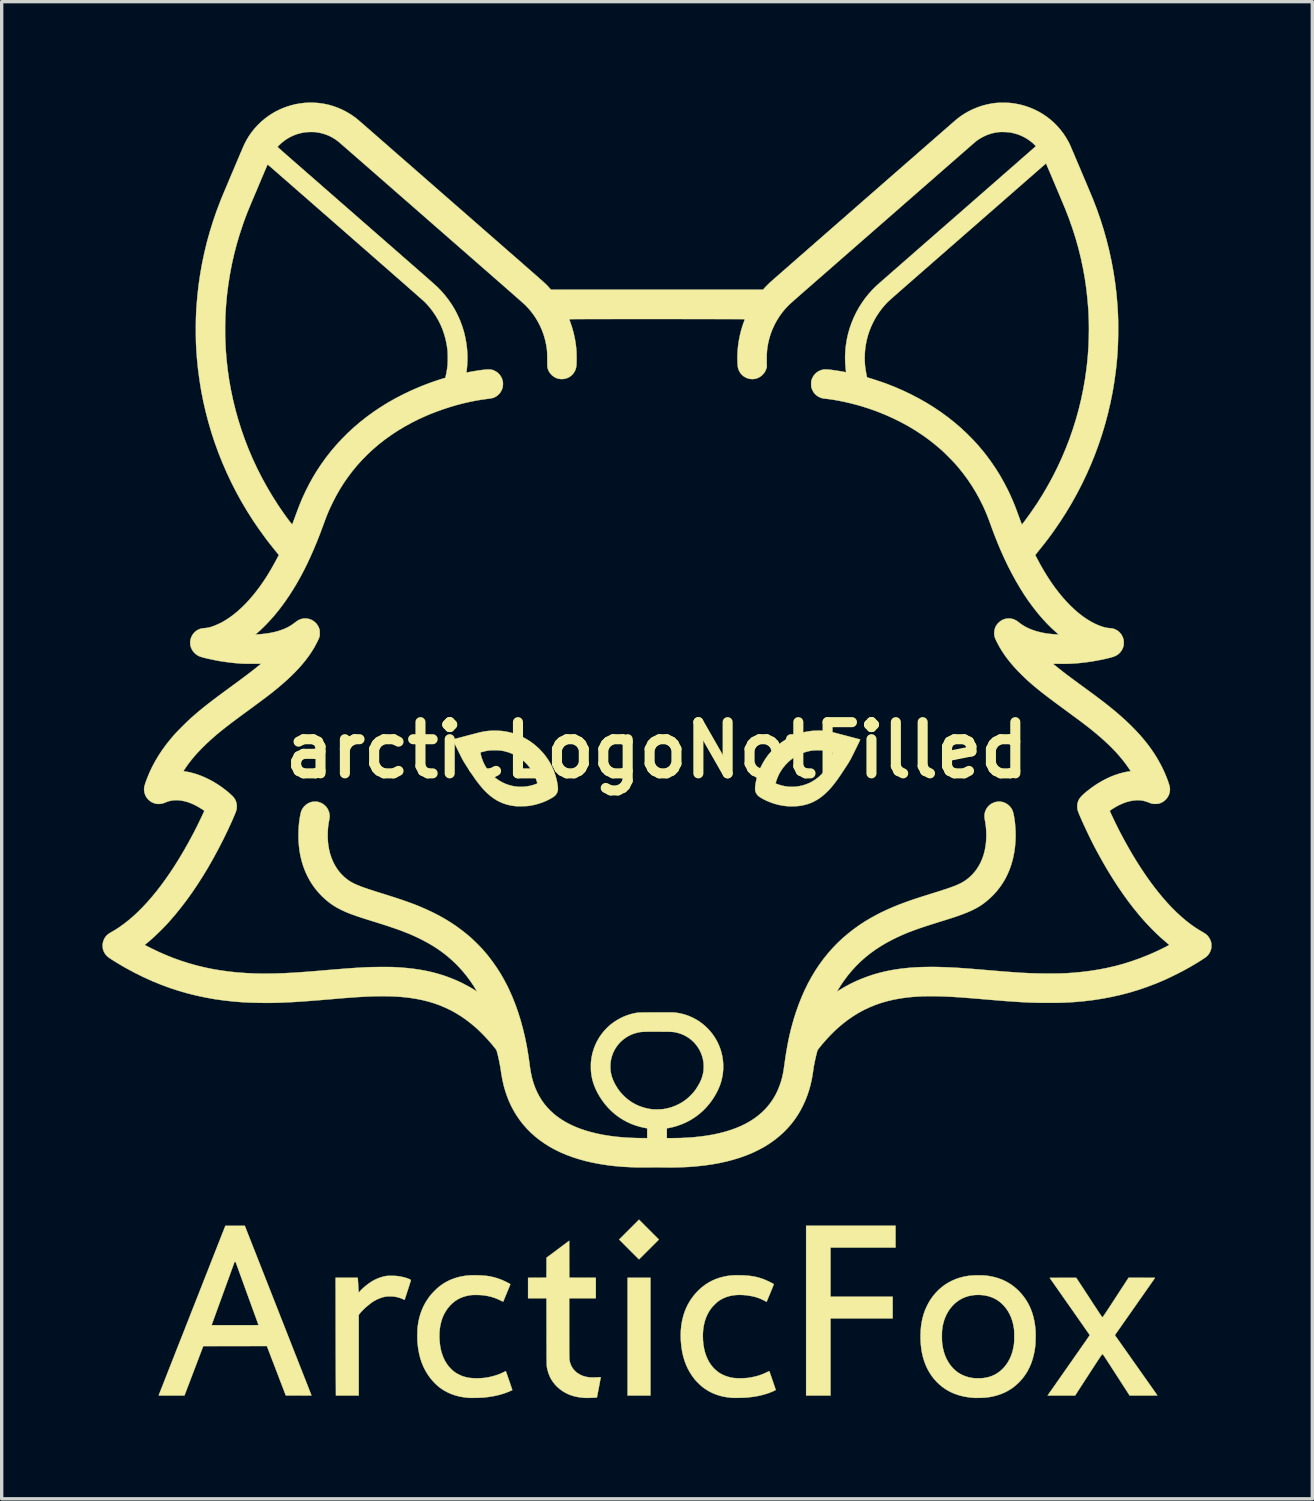
<source format=kicad_pcb>
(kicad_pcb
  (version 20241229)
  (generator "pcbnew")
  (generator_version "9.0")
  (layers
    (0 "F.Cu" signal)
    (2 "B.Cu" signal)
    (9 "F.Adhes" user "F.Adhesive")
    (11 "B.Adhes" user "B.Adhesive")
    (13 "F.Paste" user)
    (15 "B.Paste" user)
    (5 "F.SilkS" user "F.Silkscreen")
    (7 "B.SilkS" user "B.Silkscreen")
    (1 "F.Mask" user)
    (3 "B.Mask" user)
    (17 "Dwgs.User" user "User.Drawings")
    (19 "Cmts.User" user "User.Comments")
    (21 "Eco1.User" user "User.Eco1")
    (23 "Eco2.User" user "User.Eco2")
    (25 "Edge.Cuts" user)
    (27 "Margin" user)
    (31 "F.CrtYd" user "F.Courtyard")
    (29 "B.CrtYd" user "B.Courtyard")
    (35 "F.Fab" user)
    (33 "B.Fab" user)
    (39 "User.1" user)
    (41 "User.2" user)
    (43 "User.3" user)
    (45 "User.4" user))
  (footprint "arcticLogoNotFilled"
    (layer "F.Cu")
    (at 16.506 19.282)
    (property "Reference" "arcticLogoNotFilled" (at 0 0 0) (layer "F.SilkS") (effects (font (size 1.524 1.524) (thickness 0.3))))
    (attr through_hole)
    (fp_poly (pts (xy -0.193 19.211) (xy -0.874 19.211) (xy -0.874 15.705) (xy -0.193 15.705) (xy -0.193 19.211)) (stroke (width 0.01) (type solid)) (fill yes) (layer "F.SilkS"))
    (fp_poly (pts (xy 7.103 14.806) (xy 5.167 14.806) (xy 5.167 16.269) (xy 7.017 16.269) (xy 7.017 16.915) (xy 5.167 16.915) (xy 5.167 19.211) (xy 4.441 19.211) (xy 4.441 14.156) (xy 7.103 14.156) (xy 7.103 14.806)) (stroke (width 0.01) (type solid)) (fill yes) (layer "F.SilkS"))
    (fp_poly (pts (xy -0.238 14.271) (xy 0.058 14.567) (xy -0.236 14.862) (xy -0.282 14.907) (xy -0.325 14.951) (xy -0.366 14.991) (xy -0.403 15.028) (xy -0.437 15.062) (xy -0.467 15.091) (xy -0.492 15.116) (xy -0.511 15.135) (xy -0.525 15.149) (xy -0.532 15.156) (xy -0.534 15.157) (xy -0.537 15.153) (xy -0.548 15.143) (xy -0.565 15.127) (xy -0.587 15.105) (xy -0.614 15.078) (xy -0.646 15.046) (xy -0.682 15.011) (xy -0.721 14.972) (xy -0.763 14.93) (xy -0.807 14.886) (xy -0.831 14.862) (xy -1.125 14.567) (xy -0.534 13.975) (xy -0.238 14.271)) (stroke (width 0.01) (type solid)) (fill yes) (layer "F.SilkS"))
    (fp_poly (pts (xy -2.609 15.703) (xy -1.819 15.705) (xy -1.819 16.315) (xy -2.612 16.315) (xy -2.612 17.201) (xy -2.612 17.316) (xy -2.611 17.425) (xy -2.611 17.527) (xy -2.611 17.622) (xy -2.611 17.71) (xy -2.611 17.791) (xy -2.61 17.864) (xy -2.61 17.929) (xy -2.609 17.985) (xy -2.609 18.033) (xy -2.608 18.071) (xy -2.608 18.101) (xy -2.607 18.12) (xy -2.607 18.13) (xy -2.593 18.207) (xy -2.57 18.28) (xy -2.539 18.348) (xy -2.499 18.411) (xy -2.452 18.468) (xy -2.397 18.519) (xy -2.335 18.563) (xy -2.266 18.601) (xy -2.191 18.631) (xy -2.181 18.634) (xy -2.123 18.65) (xy -2.064 18.662) (xy -2.002 18.67) (xy -1.937 18.673) (xy -1.865 18.673) (xy -1.79 18.67) (xy -1.757 18.667) (xy -1.728 18.666) (xy -1.703 18.665) (xy -1.685 18.664) (xy -1.675 18.664) (xy -1.673 18.664) (xy -1.674 18.67) (xy -1.676 18.684) (xy -1.68 18.707) (xy -1.685 18.737) (xy -1.692 18.773) (xy -1.7 18.815) (xy -1.708 18.862) (xy -1.718 18.913) (xy -1.728 18.967) (xy -1.728 18.967) (xy -1.786 19.267) (xy -1.811 19.27) (xy -1.846 19.273) (xy -1.887 19.276) (xy -1.933 19.278) (xy -1.981 19.28) (xy -2.029 19.281) (xy -2.075 19.281) (xy -2.117 19.281) (xy -2.152 19.28) (xy -2.172 19.279) (xy -2.282 19.267) (xy -2.384 19.251) (xy -2.479 19.228) (xy -2.569 19.2) (xy -2.653 19.166) (xy -2.713 19.136) (xy -2.804 19.083) (xy -2.889 19.022) (xy -2.966 18.955) (xy -3.036 18.882) (xy -3.097 18.804) (xy -3.151 18.72) (xy -3.196 18.631) (xy -3.232 18.538) (xy -3.259 18.442) (xy -3.26 18.439) (xy -3.263 18.426) (xy -3.265 18.414) (xy -3.268 18.403) (xy -3.27 18.393) (xy -3.272 18.382) (xy -3.274 18.37) (xy -3.276 18.358) (xy -3.277 18.344) (xy -3.278 18.328) (xy -3.279 18.309) (xy -3.281 18.288) (xy -3.281 18.263) (xy -3.282 18.235) (xy -3.283 18.202) (xy -3.283 18.165) (xy -3.284 18.122) (xy -3.284 18.074) (xy -3.285 18.02) (xy -3.285 17.959) (xy -3.285 17.891) (xy -3.285 17.816) (xy -3.285 17.733) (xy -3.286 17.642) (xy -3.286 17.541) (xy -3.286 17.432) (xy -3.286 17.313) (xy -3.286 17.312) (xy -3.288 16.315) (xy -3.836 16.315) (xy -3.836 15.706) (xy -3.563 15.704) (xy -3.29 15.703) (xy -3.288 15.406) (xy -3.287 15.108) (xy -2.949 14.856) (xy -2.612 14.603) (xy -2.609 15.703)) (stroke (width 0.01) (type solid)) (fill yes) (layer "F.SilkS"))
    (fp_poly (pts (xy -7.863 15.647) (xy -7.823 15.648) (xy -7.786 15.65) (xy -7.754 15.652) (xy -7.733 15.654) (xy -7.688 15.66) (xy -7.64 15.668) (xy -7.591 15.678) (xy -7.544 15.688) (xy -7.502 15.699) (xy -7.467 15.709) (xy -7.438 15.719) (xy -7.409 15.73) (xy -7.382 15.741) (xy -7.358 15.752) (xy -7.34 15.762) (xy -7.327 15.769) (xy -7.324 15.773) (xy -7.325 15.779) (xy -7.329 15.793) (xy -7.336 15.815) (xy -7.344 15.843) (xy -7.355 15.877) (xy -7.367 15.915) (xy -7.38 15.957) (xy -7.395 16.002) (xy -7.409 16.048) (xy -7.424 16.094) (xy -7.439 16.14) (xy -7.453 16.184) (xy -7.467 16.225) (xy -7.479 16.263) (xy -7.49 16.296) (xy -7.499 16.324) (xy -7.506 16.345) (xy -7.511 16.358) (xy -7.513 16.362) (xy -7.518 16.362) (xy -7.529 16.357) (xy -7.536 16.353) (xy -7.576 16.334) (xy -7.623 16.315) (xy -7.675 16.298) (xy -7.729 16.284) (xy -7.784 16.272) (xy -7.815 16.267) (xy -7.85 16.263) (xy -7.891 16.261) (xy -7.935 16.26) (xy -7.979 16.26) (xy -8.021 16.261) (xy -8.057 16.264) (xy -8.076 16.267) (xy -8.143 16.281) (xy -8.213 16.302) (xy -8.285 16.33) (xy -8.355 16.362) (xy -8.423 16.399) (xy -8.46 16.422) (xy -8.504 16.453) (xy -8.551 16.489) (xy -8.6 16.529) (xy -8.65 16.571) (xy -8.698 16.614) (xy -8.743 16.658) (xy -8.784 16.7) (xy -8.82 16.739) (xy -8.848 16.773) (xy -8.877 16.811) (xy -8.877 19.211) (xy -9.556 19.211) (xy -9.559 18.631) (xy -9.56 18.568) (xy -9.56 18.497) (xy -9.56 18.416) (xy -9.561 18.328) (xy -9.561 18.233) (xy -9.561 18.131) (xy -9.562 18.025) (xy -9.562 17.913) (xy -9.562 17.798) (xy -9.562 17.68) (xy -9.563 17.56) (xy -9.563 17.439) (xy -9.563 17.316) (xy -9.564 17.194) (xy -9.564 17.073) (xy -9.564 16.954) (xy -9.564 16.878) (xy -9.566 15.705) (xy -8.908 15.705) (xy -8.905 15.73) (xy -8.904 15.74) (xy -8.903 15.76) (xy -8.901 15.787) (xy -8.899 15.82) (xy -8.896 15.858) (xy -8.894 15.899) (xy -8.892 15.939) (xy -8.889 15.982) (xy -8.887 16.022) (xy -8.884 16.058) (xy -8.882 16.088) (xy -8.881 16.112) (xy -8.879 16.129) (xy -8.879 16.136) (xy -8.877 16.142) (xy -8.874 16.143) (xy -8.867 16.137) (xy -8.86 16.128) (xy -8.811 16.074) (xy -8.755 16.019) (xy -8.692 15.964) (xy -8.626 15.911) (xy -8.559 15.862) (xy -8.491 15.817) (xy -8.426 15.779) (xy -8.391 15.761) (xy -8.302 15.721) (xy -8.215 15.69) (xy -8.128 15.666) (xy -8.069 15.654) (xy -8.049 15.651) (xy -8.02 15.649) (xy -7.986 15.648) (xy -7.947 15.647) (xy -7.905 15.647) (xy -7.863 15.647)) (stroke (width 0.01) (type solid)) (fill yes) (layer "F.SilkS"))
    (fp_poly (pts (xy -4.718 -0.579) (xy -4.612 -0.571) (xy -4.51 -0.557) (xy -4.409 -0.537) (xy -4.307 -0.51) (xy -4.241 -0.49) (xy -4.112 -0.442) (xy -3.987 -0.386) (xy -3.868 -0.321) (xy -3.754 -0.248) (xy -3.645 -0.165) (xy -3.54 -0.074) (xy -3.493 -0.028) (xy -3.398 0.073) (xy -3.313 0.178) (xy -3.237 0.287) (xy -3.169 0.401) (xy -3.109 0.521) (xy -3.08 0.588) (xy -3.056 0.65) (xy -3.034 0.714) (xy -3.014 0.779) (xy -2.996 0.844) (xy -2.98 0.909) (xy -2.968 0.971) (xy -2.958 1.029) (xy -2.951 1.083) (xy -2.948 1.132) (xy -2.948 1.174) (xy -2.953 1.207) (xy -2.954 1.214) (xy -2.972 1.265) (xy -2.998 1.311) (xy -3.033 1.352) (xy -3.077 1.388) (xy -3.086 1.394) (xy -3.183 1.452) (xy -3.289 1.505) (xy -3.4 1.552) (xy -3.515 1.591) (xy -3.635 1.624) (xy -3.756 1.649) (xy -3.826 1.659) (xy -3.848 1.662) (xy -3.878 1.664) (xy -3.914 1.665) (xy -3.954 1.667) (xy -3.996 1.668) (xy -4.039 1.669) (xy -4.08 1.67) (xy -4.118 1.67) (xy -4.151 1.67) (xy -4.176 1.669) (xy -4.187 1.668) (xy -4.296 1.655) (xy -4.4 1.635) (xy -4.5 1.609) (xy -4.596 1.575) (xy -4.69 1.534) (xy -4.78 1.485) (xy -4.869 1.429) (xy -4.955 1.364) (xy -5.04 1.29) (xy -5.125 1.208) (xy -5.208 1.116) (xy -5.292 1.015) (xy -5.377 0.904) (xy -5.386 0.892) (xy -5.414 0.853) (xy -5.445 0.808) (xy -5.478 0.759) (xy -5.513 0.708) (xy -5.549 0.654) (xy -5.586 0.599) (xy -5.621 0.545) (xy -5.655 0.492) (xy -5.688 0.441) (xy -5.717 0.394) (xy -5.743 0.352) (xy -5.765 0.316) (xy -5.782 0.286) (xy -5.786 0.279) (xy -5.801 0.251) (xy -5.818 0.217) (xy -5.837 0.181) (xy -5.855 0.144) (xy -5.867 0.119) (xy -5.88 0.093) (xy -5.89 0.074) (xy -5.252 0.074) (xy -5.251 0.089) (xy -5.247 0.111) (xy -5.241 0.137) (xy -5.234 0.168) (xy -5.225 0.2) (xy -5.215 0.232) (xy -5.211 0.246) (xy -5.172 0.349) (xy -5.124 0.448) (xy -5.068 0.541) (xy -5.005 0.628) (xy -4.935 0.709) (xy -4.858 0.783) (xy -4.774 0.851) (xy -4.686 0.911) (xy -4.592 0.963) (xy -4.493 1.007) (xy -4.391 1.042) (xy -4.284 1.068) (xy -4.262 1.072) (xy -4.169 1.085) (xy -4.08 1.091) (xy -3.991 1.09) (xy -3.95 1.087) (xy -3.846 1.074) (xy -3.745 1.053) (xy -3.647 1.024) (xy -3.584 1) (xy -3.558 0.989) (xy -3.568 0.953) (xy -3.602 0.85) (xy -3.645 0.749) (xy -3.697 0.651) (xy -3.756 0.558) (xy -3.782 0.522) (xy -3.854 0.434) (xy -3.933 0.353) (xy -4.019 0.28) (xy -4.111 0.214) (xy -4.208 0.156) (xy -4.31 0.106) (xy -4.416 0.065) (xy -4.525 0.034) (xy -4.53 0.033) (xy -4.569 0.024) (xy -4.604 0.017) (xy -4.636 0.012) (xy -4.668 0.008) (xy -4.702 0.005) (xy -4.739 0.004) (xy -4.783 0.003) (xy -4.832 0.003) (xy -4.876 0.003) (xy -4.911 0.003) (xy -4.94 0.004) (xy -4.964 0.005) (xy -4.985 0.007) (xy -5.004 0.009) (xy -5.024 0.012) (xy -5.035 0.014) (xy -5.062 0.019) (xy -5.092 0.025) (xy -5.123 0.032) (xy -5.155 0.04) (xy -5.184 0.047) (xy -5.21 0.054) (xy -5.231 0.06) (xy -5.246 0.064) (xy -5.251 0.067) (xy -5.252 0.074) (xy -5.89 0.074) (xy -5.897 0.059) (xy -5.916 0.019) (xy -5.937 -0.024) (xy -5.959 -0.069) (xy -5.981 -0.113) (xy -5.997 -0.145) (xy -6.016 -0.183) (xy -6.033 -0.219) (xy -6.048 -0.251) (xy -6.061 -0.278) (xy -6.07 -0.299) (xy -6.076 -0.313) (xy -6.078 -0.319) (xy -6.078 -0.319) (xy -6.071 -0.321) (xy -6.056 -0.325) (xy -6.032 -0.331) (xy -6.001 -0.339) (xy -5.964 -0.349) (xy -5.922 -0.36) (xy -5.876 -0.372) (xy -5.826 -0.385) (xy -5.774 -0.399) (xy -5.721 -0.413) (xy -5.666 -0.428) (xy -5.612 -0.442) (xy -5.56 -0.456) (xy -5.509 -0.469) (xy -5.462 -0.481) (xy -5.418 -0.493) (xy -5.38 -0.503) (xy -5.347 -0.511) (xy -5.322 -0.518) (xy -5.303 -0.522) (xy -5.298 -0.524) (xy -5.209 -0.544) (xy -5.125 -0.56) (xy -5.043 -0.571) (xy -4.959 -0.578) (xy -4.87 -0.581) (xy -4.83 -0.581) (xy -4.718 -0.579)) (stroke (width 0.01) (type solid)) (fill yes) (layer "F.SilkS"))
    (fp_poly (pts (xy -11.279 16.676) (xy -11.219 16.83) (xy -11.159 16.981) (xy -11.1 17.13) (xy -11.043 17.276) (xy -10.987 17.419) (xy -10.932 17.559) (xy -10.879 17.694) (xy -10.827 17.826) (xy -10.777 17.954) (xy -10.728 18.077) (xy -10.682 18.195) (xy -10.638 18.308) (xy -10.595 18.415) (xy -10.555 18.517) (xy -10.518 18.613) (xy -10.482 18.703) (xy -10.449 18.786) (xy -10.419 18.863) (xy -10.392 18.932) (xy -10.368 18.995) (xy -10.346 19.049) (xy -10.328 19.096) (xy -10.313 19.135) (xy -10.301 19.165) (xy -10.292 19.186) (xy -10.287 19.199) (xy -10.286 19.202) (xy -10.286 19.204) (xy -10.287 19.206) (xy -10.29 19.207) (xy -10.296 19.208) (xy -10.305 19.209) (xy -10.319 19.209) (xy -10.336 19.21) (xy -10.36 19.21) (xy -10.389 19.21) (xy -10.425 19.211) (xy -10.468 19.211) (xy -10.519 19.211) (xy -10.579 19.21) (xy -10.648 19.21) (xy -10.666 19.21) (xy -11.048 19.209) (xy -11.243 18.701) (xy -11.271 18.626) (xy -11.3 18.55) (xy -11.329 18.474) (xy -11.358 18.399) (xy -11.386 18.325) (xy -11.413 18.254) (xy -11.439 18.188) (xy -11.463 18.126) (xy -11.484 18.07) (xy -11.503 18.02) (xy -11.519 17.979) (xy -11.524 17.965) (xy -11.611 17.738) (xy -12.559 17.739) (xy -13.506 17.74) (xy -13.757 18.401) (xy -13.788 18.481) (xy -13.817 18.559) (xy -13.846 18.635) (xy -13.874 18.708) (xy -13.9 18.777) (xy -13.925 18.843) (xy -13.948 18.903) (xy -13.969 18.958) (xy -13.988 19.007) (xy -14.004 19.05) (xy -14.017 19.085) (xy -14.028 19.112) (xy -14.035 19.13) (xy -14.037 19.136) (xy -14.066 19.211) (xy -14.449 19.211) (xy -14.521 19.211) (xy -14.583 19.211) (xy -14.636 19.211) (xy -14.681 19.211) (xy -14.719 19.211) (xy -14.75 19.211) (xy -14.774 19.21) (xy -14.793 19.21) (xy -14.808 19.209) (xy -14.818 19.208) (xy -14.825 19.207) (xy -14.828 19.206) (xy -14.83 19.204) (xy -14.83 19.203) (xy -14.83 19.202) (xy -14.828 19.197) (xy -14.823 19.183) (xy -14.813 19.159) (xy -14.801 19.128) (xy -14.786 19.088) (xy -14.767 19.041) (xy -14.746 18.987) (xy -14.722 18.926) (xy -14.695 18.858) (xy -14.666 18.784) (xy -14.635 18.704) (xy -14.602 18.619) (xy -14.566 18.529) (xy -14.529 18.435) (xy -14.49 18.336) (xy -14.45 18.233) (xy -14.408 18.127) (xy -14.365 18.017) (xy -14.321 17.905) (xy -14.276 17.79) (xy -14.275 17.789) (xy -14.224 17.658) (xy -14.17 17.522) (xy -14.114 17.381) (xy -14.057 17.236) (xy -14.01 17.115) (xy -13.256 17.115) (xy -13.251 17.115) (xy -13.237 17.116) (xy -13.213 17.116) (xy -13.181 17.116) (xy -13.141 17.117) (xy -13.094 17.117) (xy -13.041 17.117) (xy -12.981 17.117) (xy -12.915 17.118) (xy -12.845 17.118) (xy -12.77 17.118) (xy -12.692 17.118) (xy -12.61 17.118) (xy -12.557 17.118) (xy -12.455 17.118) (xy -12.364 17.118) (xy -12.281 17.118) (xy -12.207 17.118) (xy -12.142 17.117) (xy -12.085 17.117) (xy -12.035 17.117) (xy -11.993 17.117) (xy -11.957 17.116) (xy -11.927 17.116) (xy -11.904 17.115) (xy -11.886 17.115) (xy -11.873 17.114) (xy -11.865 17.113) (xy -11.861 17.112) (xy -11.86 17.112) (xy -11.862 17.106) (xy -11.868 17.092) (xy -11.876 17.069) (xy -11.887 17.038) (xy -11.901 16.999) (xy -11.918 16.952) (xy -11.937 16.899) (xy -11.959 16.84) (xy -11.983 16.775) (xy -12.008 16.704) (xy -12.036 16.629) (xy -12.065 16.549) (xy -12.095 16.465) (xy -12.127 16.377) (xy -12.16 16.287) (xy -12.194 16.193) (xy -12.203 16.169) (xy -12.542 15.233) (xy -12.558 15.233) (xy -12.574 15.233) (xy -12.915 16.172) (xy -12.949 16.266) (xy -12.982 16.358) (xy -13.015 16.446) (xy -13.045 16.531) (xy -13.075 16.613) (xy -13.103 16.689) (xy -13.129 16.761) (xy -13.153 16.828) (xy -13.175 16.888) (xy -13.195 16.943) (xy -13.212 16.991) (xy -13.227 17.032) (xy -13.239 17.065) (xy -13.248 17.09) (xy -13.254 17.107) (xy -13.256 17.114) (xy -13.256 17.115) (xy -14.01 17.115) (xy -13.999 17.088) (xy -13.94 16.938) (xy -13.881 16.786) (xy -13.821 16.634) (xy -13.761 16.483) (xy -13.702 16.333) (xy -13.644 16.186) (xy -13.587 16.041) (xy -13.532 15.901) (xy -13.479 15.765) (xy -13.428 15.635) (xy -13.379 15.512) (xy -13.334 15.397) (xy -13.292 15.289) (xy -13.285 15.271) (xy -12.847 14.158) (xy -12.269 14.158) (xy -11.279 16.676)) (stroke (width 0.01) (type solid)) (fill yes) (layer "F.SilkS"))
    (fp_poly (pts (xy -5.387 15.63) (xy -5.306 15.633) (xy -5.225 15.636) (xy -5.146 15.642) (xy -5.072 15.649) (xy -5.005 15.658) (xy -4.977 15.663) (xy -4.867 15.687) (xy -4.754 15.719) (xy -4.642 15.759) (xy -4.531 15.807) (xy -4.504 15.82) (xy -4.46 15.842) (xy -4.424 15.861) (xy -4.396 15.876) (xy -4.377 15.888) (xy -4.366 15.897) (xy -4.365 15.9) (xy -4.367 15.906) (xy -4.372 15.921) (xy -4.382 15.945) (xy -4.395 15.978) (xy -4.413 16.02) (xy -4.434 16.072) (xy -4.459 16.132) (xy -4.488 16.202) (xy -4.521 16.282) (xy -4.557 16.37) (xy -4.576 16.415) (xy -4.581 16.414) (xy -4.594 16.41) (xy -4.614 16.401) (xy -4.639 16.389) (xy -4.666 16.376) (xy -4.756 16.334) (xy -4.846 16.3) (xy -4.938 16.271) (xy -5.034 16.249) (xy -5.136 16.232) (xy -5.183 16.226) (xy -5.218 16.222) (xy -5.259 16.22) (xy -5.305 16.218) (xy -5.352 16.217) (xy -5.4 16.217) (xy -5.446 16.217) (xy -5.487 16.218) (xy -5.522 16.221) (xy -5.543 16.223) (xy -5.647 16.241) (xy -5.744 16.267) (xy -5.835 16.301) (xy -5.92 16.343) (xy -6 16.393) (xy -6.075 16.452) (xy -6.083 16.459) (xy -6.159 16.533) (xy -6.227 16.614) (xy -6.286 16.7) (xy -6.338 16.793) (xy -6.382 16.891) (xy -6.417 16.995) (xy -6.444 17.104) (xy -6.463 17.219) (xy -6.474 17.339) (xy -6.476 17.464) (xy -6.473 17.538) (xy -6.463 17.662) (xy -6.446 17.78) (xy -6.422 17.89) (xy -6.39 17.994) (xy -6.352 18.092) (xy -6.306 18.185) (xy -6.252 18.272) (xy -6.226 18.309) (xy -6.202 18.339) (xy -6.172 18.372) (xy -6.139 18.407) (xy -6.104 18.442) (xy -6.069 18.474) (xy -6.036 18.501) (xy -6.016 18.516) (xy -5.98 18.54) (xy -5.938 18.564) (xy -5.892 18.588) (xy -5.845 18.61) (xy -5.801 18.629) (xy -5.772 18.639) (xy -5.71 18.658) (xy -5.649 18.673) (xy -5.588 18.684) (xy -5.524 18.691) (xy -5.455 18.696) (xy -5.379 18.697) (xy -5.325 18.697) (xy -5.239 18.694) (xy -5.16 18.688) (xy -5.084 18.678) (xy -5.01 18.666) (xy -4.934 18.648) (xy -4.853 18.627) (xy -4.843 18.624) (xy -4.791 18.608) (xy -4.746 18.594) (xy -4.704 18.578) (xy -4.663 18.561) (xy -4.619 18.542) (xy -4.584 18.525) (xy -4.557 18.512) (xy -4.534 18.501) (xy -4.515 18.493) (xy -4.503 18.488) (xy -4.498 18.487) (xy -4.496 18.492) (xy -4.491 18.506) (xy -4.483 18.527) (xy -4.474 18.554) (xy -4.462 18.588) (xy -4.449 18.625) (xy -4.435 18.666) (xy -4.42 18.709) (xy -4.405 18.754) (xy -4.389 18.799) (xy -4.374 18.843) (xy -4.36 18.885) (xy -4.346 18.925) (xy -4.334 18.961) (xy -4.324 18.992) (xy -4.315 19.017) (xy -4.309 19.035) (xy -4.306 19.045) (xy -4.306 19.047) (xy -4.31 19.05) (xy -4.322 19.056) (xy -4.34 19.064) (xy -4.356 19.072) (xy -4.472 19.121) (xy -4.596 19.164) (xy -4.726 19.2) (xy -4.865 19.23) (xy -5.01 19.253) (xy -5.157 19.27) (xy -5.183 19.272) (xy -5.216 19.273) (xy -5.255 19.275) (xy -5.298 19.277) (xy -5.344 19.278) (xy -5.391 19.279) (xy -5.437 19.28) (xy -5.481 19.281) (xy -5.521 19.281) (xy -5.556 19.281) (xy -5.583 19.28) (xy -5.599 19.279) (xy -5.734 19.265) (xy -5.863 19.243) (xy -5.986 19.212) (xy -6.103 19.173) (xy -6.214 19.126) (xy -6.32 19.071) (xy -6.42 19.007) (xy -6.515 18.934) (xy -6.604 18.853) (xy -6.688 18.763) (xy -6.766 18.665) (xy -6.822 18.586) (xy -6.889 18.476) (xy -6.948 18.36) (xy -6.999 18.239) (xy -7.042 18.111) (xy -7.076 17.978) (xy -7.103 17.838) (xy -7.122 17.693) (xy -7.129 17.617) (xy -7.131 17.582) (xy -7.132 17.539) (xy -7.133 17.491) (xy -7.133 17.44) (xy -7.132 17.387) (xy -7.131 17.334) (xy -7.13 17.284) (xy -7.128 17.237) (xy -7.125 17.196) (xy -7.122 17.163) (xy -7.121 17.154) (xy -7.1 17.018) (xy -7.072 16.889) (xy -7.035 16.765) (xy -6.991 16.647) (xy -6.939 16.533) (xy -6.878 16.423) (xy -6.808 16.316) (xy -6.755 16.244) (xy -6.731 16.215) (xy -6.701 16.181) (xy -6.667 16.144) (xy -6.63 16.106) (xy -6.592 16.068) (xy -6.555 16.032) (xy -6.52 16.001) (xy -6.49 15.975) (xy -6.483 15.969) (xy -6.383 15.896) (xy -6.279 15.832) (xy -6.17 15.777) (xy -6.056 15.731) (xy -5.938 15.693) (xy -5.814 15.664) (xy -5.684 15.643) (xy -5.673 15.642) (xy -5.611 15.636) (xy -5.542 15.632) (xy -5.466 15.63) (xy -5.387 15.63)) (stroke (width 0.01) (type solid)) (fill yes) (layer "F.SilkS"))
    (fp_poly (pts (xy 2.456 15.63) (xy 2.474 15.631) (xy 2.577 15.634) (xy 2.671 15.64) (xy 2.758 15.648) (xy 2.839 15.659) (xy 2.917 15.673) (xy 2.991 15.69) (xy 3.065 15.711) (xy 3.138 15.735) (xy 3.198 15.757) (xy 3.219 15.766) (xy 3.246 15.778) (xy 3.276 15.792) (xy 3.309 15.807) (xy 3.343 15.823) (xy 3.376 15.839) (xy 3.406 15.855) (xy 3.433 15.868) (xy 3.454 15.88) (xy 3.469 15.888) (xy 3.472 15.891) (xy 3.474 15.893) (xy 3.476 15.896) (xy 3.476 15.9) (xy 3.475 15.907) (xy 3.472 15.917) (xy 3.467 15.93) (xy 3.46 15.948) (xy 3.451 15.972) (xy 3.439 16.002) (xy 3.424 16.038) (xy 3.406 16.082) (xy 3.384 16.135) (xy 3.374 16.159) (xy 3.354 16.207) (xy 3.335 16.253) (xy 3.317 16.295) (xy 3.302 16.332) (xy 3.288 16.364) (xy 3.278 16.39) (xy 3.27 16.408) (xy 3.266 16.418) (xy 3.265 16.421) (xy 3.26 16.419) (xy 3.249 16.413) (xy 3.232 16.404) (xy 3.213 16.394) (xy 3.117 16.346) (xy 3.016 16.305) (xy 2.909 16.272) (xy 2.797 16.247) (xy 2.678 16.229) (xy 2.566 16.218) (xy 2.45 16.215) (xy 2.34 16.22) (xy 2.236 16.234) (xy 2.137 16.256) (xy 2.043 16.287) (xy 1.954 16.326) (xy 1.871 16.374) (xy 1.839 16.395) (xy 1.81 16.418) (xy 1.777 16.446) (xy 1.741 16.48) (xy 1.705 16.515) (xy 1.67 16.552) (xy 1.639 16.587) (xy 1.612 16.62) (xy 1.607 16.627) (xy 1.547 16.716) (xy 1.497 16.81) (xy 1.454 16.91) (xy 1.42 17.015) (xy 1.395 17.127) (xy 1.377 17.243) (xy 1.368 17.366) (xy 1.367 17.44) (xy 1.371 17.566) (xy 1.382 17.687) (xy 1.401 17.802) (xy 1.427 17.912) (xy 1.461 18.016) (xy 1.502 18.114) (xy 1.549 18.206) (xy 1.604 18.29) (xy 1.665 18.368) (xy 1.733 18.438) (xy 1.808 18.501) (xy 1.811 18.504) (xy 1.874 18.546) (xy 1.945 18.585) (xy 2.02 18.619) (xy 2.098 18.647) (xy 2.176 18.668) (xy 2.193 18.672) (xy 2.238 18.681) (xy 2.282 18.688) (xy 2.324 18.692) (xy 2.369 18.695) (xy 2.418 18.697) (xy 2.472 18.697) (xy 2.518 18.697) (xy 2.573 18.695) (xy 2.621 18.693) (xy 2.664 18.69) (xy 2.704 18.686) (xy 2.744 18.681) (xy 2.786 18.674) (xy 2.832 18.665) (xy 2.846 18.662) (xy 2.94 18.641) (xy 3.027 18.617) (xy 3.109 18.589) (xy 3.19 18.556) (xy 3.248 18.529) (xy 3.277 18.515) (xy 3.302 18.504) (xy 3.323 18.494) (xy 3.337 18.488) (xy 3.345 18.485) (xy 3.345 18.485) (xy 3.347 18.49) (xy 3.352 18.504) (xy 3.36 18.525) (xy 3.369 18.553) (xy 3.381 18.586) (xy 3.394 18.624) (xy 3.408 18.665) (xy 3.423 18.708) (xy 3.438 18.753) (xy 3.454 18.798) (xy 3.469 18.842) (xy 3.483 18.884) (xy 3.497 18.924) (xy 3.509 18.959) (xy 3.519 18.99) (xy 3.527 19.014) (xy 3.533 19.032) (xy 3.536 19.041) (xy 3.536 19.043) (xy 3.532 19.048) (xy 3.519 19.055) (xy 3.499 19.065) (xy 3.474 19.077) (xy 3.444 19.09) (xy 3.411 19.104) (xy 3.377 19.118) (xy 3.342 19.131) (xy 3.308 19.144) (xy 3.276 19.155) (xy 3.276 19.155) (xy 3.149 19.192) (xy 3.016 19.223) (xy 2.877 19.247) (xy 2.73 19.265) (xy 2.683 19.27) (xy 2.65 19.272) (xy 2.609 19.275) (xy 2.564 19.276) (xy 2.514 19.278) (xy 2.464 19.279) (xy 2.412 19.28) (xy 2.363 19.28) (xy 2.317 19.28) (xy 2.276 19.28) (xy 2.242 19.279) (xy 2.218 19.277) (xy 2.087 19.262) (xy 1.963 19.24) (xy 1.844 19.209) (xy 1.731 19.17) (xy 1.622 19.123) (xy 1.518 19.067) (xy 1.418 19.002) (xy 1.357 18.957) (xy 1.331 18.936) (xy 1.3 18.909) (xy 1.267 18.877) (xy 1.232 18.843) (xy 1.197 18.808) (xy 1.165 18.774) (xy 1.137 18.743) (xy 1.117 18.718) (xy 1.041 18.616) (xy 0.973 18.509) (xy 0.913 18.398) (xy 0.861 18.282) (xy 0.817 18.161) (xy 0.78 18.035) (xy 0.751 17.902) (xy 0.729 17.764) (xy 0.715 17.618) (xy 0.711 17.563) (xy 0.707 17.415) (xy 0.712 17.272) (xy 0.725 17.132) (xy 0.748 16.996) (xy 0.779 16.864) (xy 0.818 16.737) (xy 0.866 16.615) (xy 0.922 16.499) (xy 0.987 16.388) (xy 1.001 16.366) (xy 1.078 16.259) (xy 1.16 16.159) (xy 1.248 16.068) (xy 1.342 15.985) (xy 1.44 15.91) (xy 1.544 15.844) (xy 1.653 15.786) (xy 1.766 15.738) (xy 1.883 15.699) (xy 2.005 15.669) (xy 2.008 15.668) (xy 2.08 15.654) (xy 2.151 15.644) (xy 2.221 15.637) (xy 2.294 15.632) (xy 2.371 15.63) (xy 2.456 15.63)) (stroke (width 0.01) (type solid)) (fill yes) (layer "F.SilkS"))
    (fp_poly (pts (xy 14.495 15.705) (xy 14.555 15.706) (xy 14.61 15.706) (xy 14.661 15.706) (xy 14.706 15.706) (xy 14.746 15.706) (xy 14.778 15.707) (xy 14.803 15.707) (xy 14.819 15.707) (xy 14.826 15.708) (xy 14.826 15.708) (xy 14.824 15.712) (xy 14.815 15.724) (xy 14.801 15.744) (xy 14.783 15.771) (xy 14.759 15.805) (xy 14.731 15.845) (xy 14.699 15.891) (xy 14.663 15.943) (xy 14.623 15.999) (xy 14.58 16.061) (xy 14.534 16.127) (xy 14.485 16.197) (xy 14.433 16.271) (xy 14.379 16.348) (xy 14.323 16.427) (xy 14.266 16.51) (xy 14.229 16.562) (xy 13.632 17.413) (xy 14.265 18.31) (xy 14.325 18.395) (xy 14.384 18.479) (xy 14.441 18.56) (xy 14.496 18.638) (xy 14.549 18.712) (xy 14.599 18.783) (xy 14.646 18.85) (xy 14.69 18.912) (xy 14.73 18.969) (xy 14.767 19.022) (xy 14.8 19.068) (xy 14.828 19.109) (xy 14.852 19.143) (xy 14.871 19.17) (xy 14.885 19.191) (xy 14.894 19.204) (xy 14.898 19.209) (xy 14.898 19.209) (xy 14.893 19.209) (xy 14.878 19.209) (xy 14.855 19.21) (xy 14.824 19.21) (xy 14.786 19.21) (xy 14.742 19.211) (xy 14.692 19.211) (xy 14.637 19.211) (xy 14.578 19.211) (xy 14.515 19.211) (xy 14.485 19.211) (xy 14.072 19.211) (xy 13.674 18.594) (xy 13.619 18.509) (xy 13.569 18.432) (xy 13.525 18.363) (xy 13.485 18.301) (xy 13.449 18.247) (xy 13.418 18.199) (xy 13.391 18.156) (xy 13.367 18.12) (xy 13.346 18.089) (xy 13.329 18.063) (xy 13.314 18.041) (xy 13.302 18.023) (xy 13.292 18.009) (xy 13.284 17.998) (xy 13.277 17.99) (xy 13.272 17.984) (xy 13.269 17.981) (xy 13.266 17.979) (xy 13.263 17.978) (xy 13.261 17.978) (xy 13.259 17.978) (xy 13.256 17.981) (xy 13.251 17.985) (xy 13.246 17.991) (xy 13.239 18) (xy 13.23 18.012) (xy 13.22 18.027) (xy 13.206 18.046) (xy 13.191 18.069) (xy 13.172 18.098) (xy 13.15 18.131) (xy 13.125 18.169) (xy 13.096 18.213) (xy 13.062 18.264) (xy 13.025 18.321) (xy 12.983 18.386) (xy 12.937 18.457) (xy 12.885 18.537) (xy 12.847 18.595) (xy 12.448 19.211) (xy 11.63 19.211) (xy 11.646 19.189) (xy 11.65 19.182) (xy 11.66 19.168) (xy 11.675 19.146) (xy 11.695 19.117) (xy 11.72 19.082) (xy 11.75 19.04) (xy 11.783 18.992) (xy 11.821 18.938) (xy 11.862 18.88) (xy 11.906 18.816) (xy 11.953 18.749) (xy 12.004 18.677) (xy 12.056 18.602) (xy 12.111 18.523) (xy 12.168 18.442) (xy 12.226 18.359) (xy 12.273 18.291) (xy 12.333 18.207) (xy 12.39 18.124) (xy 12.446 18.044) (xy 12.5 17.967) (xy 12.552 17.894) (xy 12.6 17.824) (xy 12.646 17.758) (xy 12.689 17.697) (xy 12.728 17.641) (xy 12.764 17.59) (xy 12.795 17.544) (xy 12.822 17.505) (xy 12.845 17.472) (xy 12.863 17.446) (xy 12.876 17.428) (xy 12.883 17.416) (xy 12.885 17.413) (xy 12.883 17.409) (xy 12.874 17.396) (xy 12.86 17.376) (xy 12.842 17.349) (xy 12.818 17.316) (xy 12.79 17.275) (xy 12.758 17.229) (xy 12.722 17.178) (xy 12.682 17.121) (xy 12.639 17.059) (xy 12.593 16.993) (xy 12.544 16.923) (xy 12.492 16.849) (xy 12.438 16.772) (xy 12.383 16.692) (xy 12.325 16.61) (xy 12.289 16.559) (xy 11.693 15.708) (xy 12.084 15.707) (xy 12.147 15.706) (xy 12.206 15.706) (xy 12.262 15.706) (xy 12.313 15.706) (xy 12.359 15.706) (xy 12.399 15.706) (xy 12.431 15.707) (xy 12.457 15.707) (xy 12.474 15.707) (xy 12.481 15.707) (xy 12.482 15.707) (xy 12.485 15.712) (xy 12.493 15.724) (xy 12.507 15.744) (xy 12.525 15.771) (xy 12.547 15.805) (xy 12.573 15.844) (xy 12.603 15.89) (xy 12.636 15.94) (xy 12.672 15.995) (xy 12.711 16.054) (xy 12.752 16.117) (xy 12.795 16.183) (xy 12.84 16.251) (xy 12.868 16.294) (xy 12.922 16.377) (xy 12.97 16.452) (xy 13.014 16.519) (xy 13.053 16.578) (xy 13.088 16.631) (xy 13.118 16.678) (xy 13.145 16.718) (xy 13.168 16.753) (xy 13.188 16.782) (xy 13.204 16.807) (xy 13.218 16.827) (xy 13.23 16.843) (xy 13.239 16.856) (xy 13.246 16.865) (xy 13.252 16.872) (xy 13.256 16.876) (xy 13.259 16.878) (xy 13.262 16.879) (xy 13.262 16.879) (xy 13.264 16.879) (xy 13.267 16.876) (xy 13.271 16.873) (xy 13.277 16.866) (xy 13.283 16.858) (xy 13.292 16.846) (xy 13.303 16.83) (xy 13.317 16.811) (xy 13.333 16.787) (xy 13.352 16.759) (xy 13.374 16.725) (xy 13.4 16.686) (xy 13.43 16.641) (xy 13.464 16.589) (xy 13.502 16.531) (xy 13.545 16.465) (xy 13.592 16.392) (xy 13.645 16.311) (xy 13.657 16.292) (xy 14.04 15.705) (xy 14.433 15.705) (xy 14.495 15.705)) (stroke (width 0.01) (type solid)) (fill yes) (layer "F.SilkS"))
    (fp_poly (pts (xy 9.627 15.632) (xy 9.675 15.633) (xy 9.718 15.635) (xy 9.758 15.637) (xy 9.796 15.641) (xy 9.834 15.645) (xy 9.876 15.652) (xy 9.913 15.658) (xy 10.039 15.684) (xy 10.161 15.719) (xy 10.278 15.762) (xy 10.39 15.815) (xy 10.497 15.876) (xy 10.599 15.946) (xy 10.694 16.024) (xy 10.771 16.096) (xy 10.858 16.191) (xy 10.936 16.29) (xy 11.006 16.394) (xy 11.068 16.503) (xy 11.122 16.618) (xy 11.167 16.738) (xy 11.205 16.864) (xy 11.235 16.996) (xy 11.257 17.134) (xy 11.27 17.265) (xy 11.272 17.3) (xy 11.273 17.343) (xy 11.274 17.392) (xy 11.274 17.444) (xy 11.273 17.499) (xy 11.272 17.553) (xy 11.27 17.605) (xy 11.268 17.653) (xy 11.266 17.695) (xy 11.263 17.729) (xy 11.263 17.73) (xy 11.243 17.873) (xy 11.215 18.008) (xy 11.181 18.136) (xy 11.139 18.259) (xy 11.089 18.374) (xy 11.032 18.485) (xy 10.967 18.589) (xy 10.894 18.688) (xy 10.813 18.782) (xy 10.768 18.828) (xy 10.678 18.911) (xy 10.584 18.985) (xy 10.484 19.05) (xy 10.379 19.108) (xy 10.268 19.157) (xy 10.151 19.198) (xy 10.028 19.232) (xy 9.898 19.257) (xy 9.806 19.27) (xy 9.783 19.272) (xy 9.751 19.274) (xy 9.713 19.276) (xy 9.671 19.278) (xy 9.627 19.279) (xy 9.582 19.28) (xy 9.539 19.281) (xy 9.499 19.281) (xy 9.465 19.281) (xy 9.438 19.28) (xy 9.43 19.279) (xy 9.292 19.266) (xy 9.159 19.244) (xy 9.033 19.215) (xy 8.914 19.178) (xy 8.8 19.134) (xy 8.692 19.081) (xy 8.589 19.02) (xy 8.491 18.951) (xy 8.399 18.873) (xy 8.343 18.82) (xy 8.258 18.729) (xy 8.182 18.631) (xy 8.113 18.526) (xy 8.051 18.416) (xy 7.998 18.299) (xy 7.952 18.176) (xy 7.915 18.048) (xy 7.886 17.918) (xy 7.867 17.796) (xy 7.854 17.669) (xy 7.847 17.538) (xy 7.847 17.458) (xy 8.483 17.458) (xy 8.483 17.506) (xy 8.484 17.546) (xy 8.485 17.579) (xy 8.487 17.608) (xy 8.489 17.636) (xy 8.492 17.663) (xy 8.495 17.687) (xy 8.514 17.801) (xy 8.54 17.909) (xy 8.573 18.009) (xy 8.614 18.105) (xy 8.621 18.12) (xy 8.673 18.214) (xy 8.731 18.3) (xy 8.794 18.378) (xy 8.864 18.448) (xy 8.94 18.51) (xy 9.021 18.563) (xy 9.108 18.607) (xy 9.2 18.643) (xy 9.297 18.671) (xy 9.4 18.69) (xy 9.402 18.69) (xy 9.434 18.693) (xy 9.474 18.696) (xy 9.519 18.697) (xy 9.566 18.698) (xy 9.613 18.697) (xy 9.657 18.696) (xy 9.697 18.693) (xy 9.724 18.69) (xy 9.781 18.681) (xy 9.84 18.669) (xy 9.896 18.654) (xy 9.938 18.641) (xy 10.026 18.605) (xy 10.109 18.56) (xy 10.188 18.507) (xy 10.261 18.445) (xy 10.329 18.377) (xy 10.391 18.301) (xy 10.447 18.218) (xy 10.497 18.13) (xy 10.539 18.035) (xy 10.574 17.936) (xy 10.601 17.832) (xy 10.606 17.807) (xy 10.614 17.766) (xy 10.621 17.731) (xy 10.626 17.699) (xy 10.63 17.668) (xy 10.633 17.637) (xy 10.635 17.603) (xy 10.636 17.566) (xy 10.637 17.522) (xy 10.637 17.472) (xy 10.637 17.451) (xy 10.637 17.402) (xy 10.637 17.363) (xy 10.636 17.33) (xy 10.636 17.303) (xy 10.634 17.28) (xy 10.633 17.259) (xy 10.631 17.239) (xy 10.628 17.218) (xy 10.625 17.199) (xy 10.609 17.108) (xy 10.589 17.024) (xy 10.565 16.945) (xy 10.536 16.869) (xy 10.505 16.8) (xy 10.456 16.709) (xy 10.399 16.625) (xy 10.336 16.547) (xy 10.268 16.476) (xy 10.193 16.414) (xy 10.114 16.359) (xy 10.038 16.318) (xy 9.951 16.281) (xy 9.859 16.252) (xy 9.762 16.231) (xy 9.663 16.219) (xy 9.562 16.215) (xy 9.461 16.219) (xy 9.359 16.233) (xy 9.281 16.249) (xy 9.188 16.278) (xy 9.1 16.315) (xy 9.015 16.361) (xy 8.936 16.415) (xy 8.862 16.476) (xy 8.793 16.546) (xy 8.73 16.621) (xy 8.674 16.704) (xy 8.624 16.792) (xy 8.581 16.886) (xy 8.545 16.985) (xy 8.518 17.088) (xy 8.508 17.135) (xy 8.501 17.178) (xy 8.495 17.217) (xy 8.49 17.253) (xy 8.487 17.29) (xy 8.485 17.329) (xy 8.484 17.372) (xy 8.483 17.422) (xy 8.483 17.458) (xy 7.847 17.458) (xy 7.846 17.406) (xy 7.852 17.276) (xy 7.863 17.149) (xy 7.876 17.057) (xy 7.902 16.926) (xy 7.936 16.799) (xy 7.979 16.676) (xy 8.03 16.559) (xy 8.088 16.447) (xy 8.153 16.341) (xy 8.226 16.241) (xy 8.305 16.147) (xy 8.391 16.06) (xy 8.483 15.981) (xy 8.58 15.908) (xy 8.684 15.844) (xy 8.793 15.788) (xy 8.906 15.74) (xy 8.955 15.723) (xy 9.04 15.697) (xy 9.122 15.675) (xy 9.206 15.659) (xy 9.291 15.646) (xy 9.381 15.638) (xy 9.477 15.633) (xy 9.57 15.632) (xy 9.627 15.632)) (stroke (width 0.01) (type solid)) (fill yes) (layer "F.SilkS"))
    (fp_poly (pts (xy 4.909 -0.58) (xy 5.016 -0.571) (xy 5.12 -0.557) (xy 5.193 -0.543) (xy 5.205 -0.54) (xy 5.227 -0.535) (xy 5.256 -0.527) (xy 5.293 -0.518) (xy 5.336 -0.507) (xy 5.385 -0.494) (xy 5.439 -0.48) (xy 5.496 -0.465) (xy 5.557 -0.449) (xy 5.62 -0.433) (xy 5.644 -0.426) (xy 5.706 -0.41) (xy 5.765 -0.394) (xy 5.821 -0.38) (xy 5.872 -0.366) (xy 5.918 -0.354) (xy 5.958 -0.344) (xy 5.992 -0.335) (xy 6.019 -0.328) (xy 6.038 -0.323) (xy 6.048 -0.32) (xy 6.049 -0.32) (xy 6.05 -0.319) (xy 6.05 -0.317) (xy 6.049 -0.311) (xy 6.046 -0.303) (xy 6.04 -0.29) (xy 6.032 -0.272) (xy 6.021 -0.249) (xy 6.007 -0.22) (xy 5.99 -0.183) (xy 5.968 -0.139) (xy 5.945 -0.091) (xy 5.911 -0.022) (xy 5.881 0.039) (xy 5.855 0.092) (xy 5.832 0.139) (xy 5.811 0.18) (xy 5.793 0.217) (xy 5.776 0.249) (xy 5.76 0.279) (xy 5.744 0.306) (xy 5.729 0.332) (xy 5.714 0.358) (xy 5.698 0.384) (xy 5.68 0.412) (xy 5.661 0.442) (xy 5.656 0.45) (xy 5.594 0.545) (xy 5.537 0.631) (xy 5.485 0.711) (xy 5.435 0.783) (xy 5.389 0.849) (xy 5.346 0.91) (xy 5.304 0.965) (xy 5.265 1.017) (xy 5.226 1.064) (xy 5.189 1.109) (xy 5.151 1.151) (xy 5.114 1.191) (xy 5.075 1.231) (xy 5.074 1.232) (xy 4.983 1.317) (xy 4.892 1.392) (xy 4.798 1.458) (xy 4.702 1.514) (xy 4.603 1.562) (xy 4.501 1.6) (xy 4.394 1.63) (xy 4.282 1.653) (xy 4.196 1.664) (xy 4.17 1.666) (xy 4.137 1.668) (xy 4.1 1.669) (xy 4.061 1.67) (xy 4.021 1.671) (xy 3.983 1.671) (xy 3.948 1.671) (xy 3.919 1.67) (xy 3.897 1.669) (xy 3.895 1.668) (xy 3.883 1.667) (xy 3.865 1.665) (xy 3.842 1.663) (xy 3.823 1.661) (xy 3.71 1.645) (xy 3.594 1.621) (xy 3.478 1.588) (xy 3.363 1.547) (xy 3.252 1.5) (xy 3.146 1.446) (xy 3.063 1.396) (xy 3.017 1.362) (xy 2.98 1.322) (xy 2.951 1.276) (xy 2.931 1.227) (xy 2.929 1.219) (xy 2.924 1.187) (xy 2.922 1.146) (xy 2.924 1.099) (xy 2.93 1.045) (xy 2.938 0.989) (xy 3.533 0.989) (xy 3.533 0.989) (xy 3.54 0.993) (xy 3.555 0.999) (xy 3.576 1.007) (xy 3.601 1.016) (xy 3.628 1.026) (xy 3.656 1.034) (xy 3.682 1.042) (xy 3.704 1.049) (xy 3.705 1.049) (xy 3.8 1.071) (xy 3.89 1.084) (xy 3.979 1.091) (xy 4.069 1.09) (xy 4.118 1.087) (xy 4.23 1.073) (xy 4.339 1.048) (xy 4.444 1.015) (xy 4.545 0.973) (xy 4.641 0.922) (xy 4.732 0.862) (xy 4.818 0.795) (xy 4.898 0.719) (xy 4.972 0.636) (xy 5.039 0.545) (xy 5.047 0.534) (xy 5.088 0.464) (xy 5.127 0.388) (xy 5.162 0.307) (xy 5.191 0.226) (xy 5.213 0.146) (xy 5.216 0.132) (xy 5.222 0.105) (xy 5.225 0.087) (xy 5.226 0.076) (xy 5.225 0.069) (xy 5.223 0.066) (xy 5.214 0.063) (xy 5.198 0.058) (xy 5.175 0.052) (xy 5.148 0.045) (xy 5.117 0.037) (xy 5.086 0.03) (xy 5.055 0.024) (xy 5.027 0.018) (xy 5.003 0.013) (xy 4.995 0.012) (xy 4.965 0.008) (xy 4.927 0.005) (xy 4.884 0.003) (xy 4.837 0.002) (xy 4.789 0.002) (xy 4.741 0.003) (xy 4.696 0.004) (xy 4.656 0.007) (xy 4.623 0.01) (xy 4.611 0.012) (xy 4.536 0.026) (xy 4.462 0.044) (xy 4.391 0.065) (xy 4.372 0.071) (xy 4.334 0.086) (xy 4.29 0.104) (xy 4.242 0.126) (xy 4.195 0.15) (xy 4.149 0.174) (xy 4.109 0.198) (xy 4.085 0.213) (xy 3.992 0.28) (xy 3.906 0.355) (xy 3.826 0.437) (xy 3.754 0.524) (xy 3.69 0.617) (xy 3.634 0.715) (xy 3.588 0.818) (xy 3.583 0.83) (xy 3.575 0.851) (xy 3.566 0.876) (xy 3.558 0.902) (xy 3.549 0.927) (xy 3.542 0.951) (xy 3.537 0.97) (xy 3.533 0.983) (xy 3.533 0.989) (xy 2.938 0.989) (xy 2.939 0.987) (xy 2.95 0.925) (xy 2.965 0.861) (xy 2.982 0.796) (xy 3.002 0.73) (xy 3.024 0.666) (xy 3.037 0.63) (xy 3.091 0.503) (xy 3.154 0.381) (xy 3.225 0.265) (xy 3.305 0.152) (xy 3.324 0.128) (xy 3.35 0.097) (xy 3.382 0.062) (xy 3.418 0.023) (xy 3.456 -0.017) (xy 3.496 -0.056) (xy 3.535 -0.093) (xy 3.571 -0.127) (xy 3.604 -0.155) (xy 3.615 -0.164) (xy 3.727 -0.247) (xy 3.844 -0.322) (xy 3.966 -0.387) (xy 4.091 -0.444) (xy 4.221 -0.491) (xy 4.321 -0.521) (xy 4.397 -0.539) (xy 4.47 -0.554) (xy 4.542 -0.565) (xy 4.618 -0.574) (xy 4.701 -0.58) (xy 4.701 -0.58) (xy 4.803 -0.583) (xy 4.909 -0.58)) (stroke (width 0.01) (type solid)) (fill yes) (layer "F.SilkS"))
    (fp_poly (pts (xy -10.192 -19.274) (xy -10.05 -19.262) (xy -9.908 -19.241) (xy -9.768 -19.211) (xy -9.63 -19.171) (xy -9.495 -19.122) (xy -9.362 -19.064) (xy -9.233 -18.997) (xy -9.107 -18.921) (xy -8.986 -18.836) (xy -8.955 -18.813) (xy -8.942 -18.802) (xy -8.923 -18.786) (xy -8.897 -18.764) (xy -8.865 -18.737) (xy -8.829 -18.706) (xy -8.789 -18.672) (xy -8.746 -18.634) (xy -8.7 -18.595) (xy -8.653 -18.553) (xy -8.605 -18.511) (xy -8.57 -18.481) (xy -8.527 -18.444) (xy -8.478 -18.401) (xy -8.422 -18.352) (xy -8.36 -18.297) (xy -8.292 -18.238) (xy -8.218 -18.173) (xy -8.139 -18.104) (xy -8.055 -18.031) (xy -7.966 -17.953) (xy -7.874 -17.872) (xy -7.777 -17.788) (xy -7.677 -17.7) (xy -7.573 -17.61) (xy -7.467 -17.517) (xy -7.358 -17.422) (xy -7.247 -17.325) (xy -7.135 -17.226) (xy -7.02 -17.127) (xy -6.905 -17.026) (xy -6.789 -16.924) (xy -6.672 -16.822) (xy -6.555 -16.72) (xy -6.439 -16.618) (xy -6.323 -16.517) (xy -6.208 -16.416) (xy -6.094 -16.317) (xy -5.982 -16.218) (xy -5.871 -16.122) (xy -5.763 -16.028) (xy -5.658 -15.935) (xy -5.555 -15.846) (xy -5.456 -15.759) (xy -5.361 -15.676) (xy -5.269 -15.596) (xy -5.182 -15.519) (xy -5.099 -15.447) (xy -5.022 -15.379) (xy -4.95 -15.316) (xy -4.883 -15.258) (xy -4.823 -15.205) (xy -4.769 -15.158) (xy -4.721 -15.117) (xy -4.681 -15.081) (xy -4.657 -15.06) (xy -4.537 -14.955) (xy -4.424 -14.856) (xy -4.318 -14.764) (xy -4.219 -14.678) (xy -4.127 -14.597) (xy -4.041 -14.522) (xy -3.962 -14.452) (xy -3.888 -14.388) (xy -3.82 -14.328) (xy -3.757 -14.273) (xy -3.7 -14.223) (xy -3.647 -14.177) (xy -3.599 -14.134) (xy -3.555 -14.096) (xy -3.516 -14.061) (xy -3.48 -14.03) (xy -3.448 -14.001) (xy -3.42 -13.976) (xy -3.394 -13.953) (xy -3.371 -13.932) (xy -3.352 -13.914) (xy -3.334 -13.898) (xy -3.319 -13.884) (xy -3.305 -13.871) (xy -3.293 -13.86) (xy -3.283 -13.849) (xy -3.273 -13.84) (xy -3.265 -13.831) (xy -3.257 -13.823) (xy -3.249 -13.814) (xy -3.242 -13.806) (xy -3.234 -13.798) (xy -3.226 -13.789) (xy -3.218 -13.78) (xy -3.212 -13.773) (xy -3.153 -13.709) (xy 3.158 -13.709) (xy 3.223 -13.78) (xy 3.25 -13.808) (xy 3.281 -13.84) (xy 3.313 -13.872) (xy 3.342 -13.901) (xy 3.355 -13.913) (xy 3.362 -13.92) (xy 3.377 -13.933) (xy 3.398 -13.952) (xy 3.427 -13.977) (xy 3.462 -14.008) (xy 3.504 -14.045) (xy 3.552 -14.087) (xy 3.606 -14.134) (xy 3.666 -14.187) (xy 3.731 -14.244) (xy 3.802 -14.306) (xy 3.878 -14.372) (xy 3.958 -14.443) (xy 4.043 -14.517) (xy 4.133 -14.596) (xy 4.226 -14.678) (xy 4.324 -14.763) (xy 4.425 -14.851) (xy 4.529 -14.943) (xy 4.637 -15.037) (xy 4.747 -15.134) (xy 4.861 -15.233) (xy 4.976 -15.334) (xy 5.094 -15.437) (xy 5.214 -15.542) (xy 5.336 -15.649) (xy 5.459 -15.756) (xy 5.584 -15.865) (xy 5.709 -15.975) (xy 5.835 -16.085) (xy 5.962 -16.196) (xy 6.089 -16.308) (xy 6.217 -16.419) (xy 6.344 -16.53) (xy 6.471 -16.641) (xy 6.597 -16.751) (xy 6.722 -16.861) (xy 6.846 -16.969) (xy 6.969 -17.077) (xy 7.091 -17.183) (xy 7.21 -17.287) (xy 7.328 -17.39) (xy 7.443 -17.491) (xy 7.556 -17.589) (xy 7.666 -17.685) (xy 7.773 -17.779) (xy 7.877 -17.87) (xy 7.977 -17.957) (xy 8.074 -18.042) (xy 8.167 -18.123) (xy 8.255 -18.2) (xy 8.34 -18.274) (xy 8.419 -18.343) (xy 8.494 -18.409) (xy 8.564 -18.469) (xy 8.628 -18.525) (xy 8.687 -18.577) (xy 8.74 -18.623) (xy 8.787 -18.664) (xy 8.827 -18.699) (xy 8.861 -18.729) (xy 8.889 -18.752) (xy 8.909 -18.77) (xy 8.922 -18.781) (xy 8.927 -18.785) (xy 9.038 -18.87) (xy 9.156 -18.948) (xy 9.28 -19.019) (xy 9.409 -19.082) (xy 9.542 -19.137) (xy 9.677 -19.183) (xy 9.815 -19.22) (xy 9.933 -19.244) (xy 9.99 -19.253) (xy 10.041 -19.261) (xy 10.09 -19.266) (xy 10.138 -19.27) (xy 10.189 -19.273) (xy 10.244 -19.274) (xy 10.307 -19.274) (xy 10.372 -19.274) (xy 10.429 -19.272) (xy 10.481 -19.27) (xy 10.532 -19.265) (xy 10.582 -19.26) (xy 10.636 -19.252) (xy 10.684 -19.244) (xy 10.826 -19.215) (xy 10.966 -19.176) (xy 11.104 -19.128) (xy 11.239 -19.071) (xy 11.37 -19.005) (xy 11.496 -18.93) (xy 11.616 -18.848) (xy 11.716 -18.77) (xy 11.821 -18.677) (xy 11.92 -18.576) (xy 12.014 -18.468) (xy 12.1 -18.355) (xy 12.178 -18.237) (xy 12.248 -18.116) (xy 12.29 -18.033) (xy 12.295 -18.021) (xy 12.304 -18) (xy 12.317 -17.971) (xy 12.332 -17.935) (xy 12.351 -17.892) (xy 12.372 -17.843) (xy 12.395 -17.788) (xy 12.421 -17.728) (xy 12.448 -17.663) (xy 12.477 -17.595) (xy 12.507 -17.524) (xy 12.539 -17.45) (xy 12.571 -17.374) (xy 12.604 -17.297) (xy 12.636 -17.219) (xy 12.669 -17.141) (xy 12.702 -17.064) (xy 12.734 -16.988) (xy 12.766 -16.914) (xy 12.796 -16.842) (xy 12.825 -16.773) (xy 12.852 -16.708) (xy 12.878 -16.647) (xy 12.901 -16.591) (xy 12.923 -16.54) (xy 12.941 -16.496) (xy 12.957 -16.458) (xy 12.969 -16.428) (xy 12.978 -16.407) (xy 13.095 -16.104) (xy 13.202 -15.798) (xy 13.299 -15.49) (xy 13.387 -15.178) (xy 13.465 -14.864) (xy 13.533 -14.548) (xy 13.592 -14.23) (xy 13.64 -13.91) (xy 13.679 -13.588) (xy 13.707 -13.265) (xy 13.711 -13.208) (xy 13.715 -13.138) (xy 13.719 -13.073) (xy 13.722 -13.01) (xy 13.725 -12.949) (xy 13.727 -12.888) (xy 13.729 -12.825) (xy 13.73 -12.759) (xy 13.731 -12.687) (xy 13.731 -12.608) (xy 13.731 -12.522) (xy 13.73 -12.357) (xy 13.727 -12.199) (xy 13.722 -12.048) (xy 13.715 -11.9) (xy 13.705 -11.753) (xy 13.693 -11.606) (xy 13.678 -11.456) (xy 13.661 -11.302) (xy 13.66 -11.295) (xy 13.616 -10.974) (xy 13.563 -10.655) (xy 13.499 -10.339) (xy 13.426 -10.025) (xy 13.343 -9.714) (xy 13.251 -9.406) (xy 13.149 -9.101) (xy 13.038 -8.799) (xy 12.917 -8.501) (xy 12.787 -8.207) (xy 12.648 -7.917) (xy 12.5 -7.631) (xy 12.343 -7.349) (xy 12.177 -7.072) (xy 12.002 -6.8) (xy 11.818 -6.532) (xy 11.71 -6.382) (xy 11.663 -6.32) (xy 11.616 -6.257) (xy 11.567 -6.193) (xy 11.515 -6.126) (xy 11.458 -6.056) (xy 11.397 -5.979) (xy 11.374 -5.951) (xy 11.348 -5.918) (xy 11.324 -5.888) (xy 11.303 -5.862) (xy 11.286 -5.839) (xy 11.273 -5.822) (xy 11.265 -5.811) (xy 11.263 -5.807) (xy 11.266 -5.801) (xy 11.273 -5.787) (xy 11.284 -5.766) (xy 11.298 -5.74) (xy 11.313 -5.71) (xy 11.331 -5.677) (xy 11.349 -5.643) (xy 11.367 -5.609) (xy 11.385 -5.575) (xy 11.402 -5.544) (xy 11.418 -5.516) (xy 11.424 -5.505) (xy 11.526 -5.327) (xy 11.632 -5.156) (xy 11.74 -4.992) (xy 11.851 -4.836) (xy 11.965 -4.688) (xy 12.08 -4.547) (xy 12.197 -4.416) (xy 12.316 -4.294) (xy 12.436 -4.181) (xy 12.556 -4.078) (xy 12.577 -4.061) (xy 12.692 -3.974) (xy 12.807 -3.895) (xy 12.922 -3.826) (xy 13.036 -3.766) (xy 13.149 -3.716) (xy 13.244 -3.681) (xy 13.319 -3.659) (xy 13.39 -3.643) (xy 13.46 -3.634) (xy 13.475 -3.633) (xy 13.518 -3.629) (xy 13.554 -3.624) (xy 13.585 -3.617) (xy 13.615 -3.607) (xy 13.646 -3.594) (xy 13.655 -3.59) (xy 13.711 -3.559) (xy 13.76 -3.519) (xy 13.804 -3.472) (xy 13.84 -3.419) (xy 13.869 -3.359) (xy 13.887 -3.305) (xy 13.894 -3.268) (xy 13.898 -3.225) (xy 13.898 -3.18) (xy 13.895 -3.137) (xy 13.889 -3.099) (xy 13.887 -3.093) (xy 13.868 -3.037) (xy 13.84 -2.983) (xy 13.806 -2.932) (xy 13.766 -2.887) (xy 13.738 -2.862) (xy 13.71 -2.841) (xy 13.68 -2.822) (xy 13.648 -2.806) (xy 13.612 -2.79) (xy 13.57 -2.776) (xy 13.521 -2.761) (xy 13.466 -2.747) (xy 13.298 -2.707) (xy 13.123 -2.672) (xy 12.945 -2.641) (xy 12.764 -2.616) (xy 12.585 -2.595) (xy 12.548 -2.592) (xy 12.47 -2.585) (xy 12.395 -2.58) (xy 12.321 -2.576) (xy 12.245 -2.573) (xy 12.165 -2.572) (xy 12.08 -2.571) (xy 11.998 -2.572) (xy 11.953 -2.572) (xy 11.912 -2.573) (xy 11.875 -2.573) (xy 11.843 -2.572) (xy 11.818 -2.572) (xy 11.801 -2.572) (xy 11.792 -2.571) (xy 11.792 -2.571) (xy 11.8 -2.564) (xy 11.815 -2.551) (xy 11.836 -2.534) (xy 11.861 -2.514) (xy 11.89 -2.491) (xy 11.921 -2.466) (xy 11.953 -2.441) (xy 11.984 -2.416) (xy 12.015 -2.392) (xy 12.042 -2.37) (xy 12.067 -2.351) (xy 12.067 -2.35) (xy 12.108 -2.319) (xy 12.148 -2.288) (xy 12.189 -2.256) (xy 12.232 -2.224) (xy 12.278 -2.19) (xy 12.327 -2.153) (xy 12.38 -2.114) (xy 12.438 -2.071) (xy 12.503 -2.024) (xy 12.574 -1.971) (xy 12.619 -1.938) (xy 12.712 -1.87) (xy 12.798 -1.807) (xy 12.877 -1.749) (xy 12.949 -1.696) (xy 13.015 -1.647) (xy 13.077 -1.601) (xy 13.133 -1.559) (xy 13.185 -1.519) (xy 13.234 -1.482) (xy 13.281 -1.447) (xy 13.324 -1.413) (xy 13.367 -1.38) (xy 13.408 -1.348) (xy 13.448 -1.315) (xy 13.472 -1.297) (xy 13.646 -1.154) (xy 13.81 -1.013) (xy 13.964 -0.873) (xy 14.11 -0.734) (xy 14.246 -0.595) (xy 14.374 -0.457) (xy 14.494 -0.318) (xy 14.605 -0.179) (xy 14.709 -0.039) (xy 14.805 0.103) (xy 14.894 0.246) (xy 14.976 0.391) (xy 15.052 0.538) (xy 15.121 0.688) (xy 15.17 0.808) (xy 15.19 0.859) (xy 15.209 0.91) (xy 15.226 0.959) (xy 15.241 1.005) (xy 15.253 1.046) (xy 15.262 1.08) (xy 15.268 1.107) (xy 15.269 1.113) (xy 15.272 1.176) (xy 15.266 1.238) (xy 15.251 1.299) (xy 15.228 1.356) (xy 15.196 1.409) (xy 15.158 1.458) (xy 15.112 1.502) (xy 15.06 1.539) (xy 15.003 1.568) (xy 14.969 1.581) (xy 14.95 1.587) (xy 14.934 1.592) (xy 14.92 1.595) (xy 14.903 1.596) (xy 14.883 1.597) (xy 14.856 1.598) (xy 14.839 1.598) (xy 14.809 1.598) (xy 14.784 1.597) (xy 14.763 1.595) (xy 14.744 1.592) (xy 14.723 1.587) (xy 14.7 1.58) (xy 14.673 1.569) (xy 14.638 1.556) (xy 14.628 1.552) (xy 14.548 1.524) (xy 14.471 1.504) (xy 14.394 1.493) (xy 14.315 1.489) (xy 14.275 1.49) (xy 14.174 1.5) (xy 14.072 1.519) (xy 13.968 1.548) (xy 13.862 1.587) (xy 13.755 1.636) (xy 13.665 1.684) (xy 13.637 1.701) (xy 13.608 1.718) (xy 13.579 1.737) (xy 13.551 1.754) (xy 13.526 1.771) (xy 13.505 1.785) (xy 13.49 1.797) (xy 13.481 1.804) (xy 13.48 1.807) (xy 13.482 1.813) (xy 13.488 1.826) (xy 13.497 1.847) (xy 13.509 1.873) (xy 13.522 1.903) (xy 13.538 1.936) (xy 13.538 1.936) (xy 13.654 2.18) (xy 13.774 2.419) (xy 13.898 2.653) (xy 14.025 2.882) (xy 14.154 3.105) (xy 14.286 3.322) (xy 14.42 3.531) (xy 14.555 3.732) (xy 14.692 3.925) (xy 14.83 4.108) (xy 14.923 4.227) (xy 15.063 4.396) (xy 15.202 4.554) (xy 15.342 4.703) (xy 15.483 4.841) (xy 15.623 4.969) (xy 15.764 5.088) (xy 15.905 5.196) (xy 16.046 5.294) (xy 16.188 5.382) (xy 16.228 5.405) (xy 16.256 5.422) (xy 16.285 5.439) (xy 16.31 5.455) (xy 16.33 5.468) (xy 16.339 5.475) (xy 16.383 5.513) (xy 16.422 5.56) (xy 16.455 5.612) (xy 16.481 5.669) (xy 16.491 5.698) (xy 16.497 5.718) (xy 16.501 5.735) (xy 16.503 5.752) (xy 16.504 5.773) (xy 16.505 5.799) (xy 16.505 5.818) (xy 16.505 5.849) (xy 16.504 5.872) (xy 16.502 5.891) (xy 16.499 5.907) (xy 16.495 5.925) (xy 16.491 5.936) (xy 16.468 5.999) (xy 16.438 6.054) (xy 16.4 6.104) (xy 16.367 6.138) (xy 16.349 6.153) (xy 16.323 6.172) (xy 16.29 6.195) (xy 16.251 6.221) (xy 16.205 6.251) (xy 16.155 6.282) (xy 16.101 6.316) (xy 16.043 6.351) (xy 15.983 6.387) (xy 15.921 6.423) (xy 15.859 6.459) (xy 15.796 6.494) (xy 15.771 6.508) (xy 15.721 6.536) (xy 15.664 6.567) (xy 15.601 6.599) (xy 15.534 6.634) (xy 15.465 6.669) (xy 15.395 6.703) (xy 15.327 6.737) (xy 15.262 6.768) (xy 15.201 6.797) (xy 15.146 6.823) (xy 15.116 6.836) (xy 14.859 6.945) (xy 14.6 7.043) (xy 14.339 7.133) (xy 14.075 7.213) (xy 13.807 7.283) (xy 13.537 7.344) (xy 13.262 7.396) (xy 12.984 7.439) (xy 12.701 7.473) (xy 12.611 7.481) (xy 12.504 7.491) (xy 12.401 7.499) (xy 12.3 7.505) (xy 12.2 7.511) (xy 12.099 7.515) (xy 11.994 7.518) (xy 11.885 7.52) (xy 11.768 7.521) (xy 11.663 7.521) (xy 11.583 7.521) (xy 11.506 7.521) (xy 11.43 7.52) (xy 11.355 7.519) (xy 11.281 7.517) (xy 11.207 7.515) (xy 11.132 7.513) (xy 11.055 7.51) (xy 10.977 7.506) (xy 10.895 7.502) (xy 10.811 7.497) (xy 10.722 7.491) (xy 10.628 7.485) (xy 10.53 7.478) (xy 10.425 7.471) (xy 10.313 7.462) (xy 10.194 7.453) (xy 10.068 7.442) (xy 9.932 7.431) (xy 9.787 7.419) (xy 9.748 7.416) (xy 9.634 7.406) (xy 9.53 7.397) (xy 9.435 7.39) (xy 9.347 7.382) (xy 9.266 7.376) (xy 9.192 7.37) (xy 9.123 7.365) (xy 9.059 7.36) (xy 8.999 7.356) (xy 8.942 7.352) (xy 8.887 7.349) (xy 8.834 7.345) (xy 8.782 7.342) (xy 8.73 7.34) (xy 8.677 7.337) (xy 8.63 7.335) (xy 8.447 7.328) (xy 8.272 7.324) (xy 8.106 7.323) (xy 7.947 7.326) (xy 7.794 7.332) (xy 7.647 7.342) (xy 7.505 7.355) (xy 7.367 7.372) (xy 7.232 7.392) (xy 7.225 7.393) (xy 7.034 7.429) (xy 6.849 7.473) (xy 6.67 7.525) (xy 6.496 7.586) (xy 6.328 7.655) (xy 6.163 7.732) (xy 6.003 7.819) (xy 5.847 7.915) (xy 5.694 8.02) (xy 5.545 8.134) (xy 5.398 8.258) (xy 5.386 8.269) (xy 5.319 8.33) (xy 5.248 8.399) (xy 5.175 8.472) (xy 5.102 8.548) (xy 5.031 8.626) (xy 4.963 8.704) (xy 4.914 8.761) (xy 4.882 8.8) (xy 4.855 8.833) (xy 4.833 8.86) (xy 4.816 8.882) (xy 4.803 8.9) (xy 4.793 8.915) (xy 4.785 8.929) (xy 4.779 8.941) (xy 4.774 8.954) (xy 4.77 8.968) (xy 4.767 8.979) (xy 4.754 9.028) (xy 4.74 9.084) (xy 4.726 9.145) (xy 4.711 9.208) (xy 4.698 9.272) (xy 4.685 9.335) (xy 4.674 9.393) (xy 4.665 9.446) (xy 4.659 9.485) (xy 4.645 9.58) (xy 4.632 9.667) (xy 4.618 9.747) (xy 4.604 9.821) (xy 4.588 9.892) (xy 4.572 9.961) (xy 4.554 10.03) (xy 4.534 10.1) (xy 4.525 10.131) (xy 4.473 10.286) (xy 4.413 10.439) (xy 4.344 10.587) (xy 4.269 10.731) (xy 4.186 10.869) (xy 4.097 11) (xy 4.096 11.002) (xy 3.994 11.134) (xy 3.883 11.26) (xy 3.765 11.38) (xy 3.639 11.493) (xy 3.505 11.601) (xy 3.363 11.702) (xy 3.214 11.796) (xy 3.193 11.808) (xy 3.159 11.827) (xy 3.118 11.849) (xy 3.072 11.874) (xy 3.024 11.899) (xy 2.974 11.924) (xy 2.926 11.947) (xy 2.882 11.969) (xy 2.844 11.986) (xy 2.833 11.991) (xy 2.652 12.065) (xy 2.464 12.132) (xy 2.268 12.192) (xy 2.066 12.245) (xy 1.856 12.291) (xy 1.638 12.33) (xy 1.414 12.362) (xy 1.182 12.387) (xy 0.942 12.406) (xy 0.696 12.417) (xy 0.441 12.422) (xy 0.241 12.421) (xy 0.193 12.42) (xy 0.149 12.419) (xy 0.108 12.419) (xy 0.073 12.418) (xy 0.043 12.418) (xy 0.021 12.417) (xy 0.007 12.417) (xy 0.003 12.417) (xy -0.012 12.417) (xy -0.034 12.418) (xy -0.064 12.418) (xy -0.101 12.418) (xy -0.142 12.419) (xy -0.188 12.419) (xy -0.236 12.419) (xy -0.286 12.42) (xy -0.336 12.42) (xy -0.386 12.42) (xy -0.433 12.42) (xy -0.478 12.42) (xy -0.518 12.42) (xy -0.553 12.42) (xy -0.582 12.42) (xy -0.602 12.42) (xy -0.614 12.42) (xy -0.615 12.42) (xy -0.741 12.415) (xy -0.859 12.409) (xy -0.97 12.403) (xy -1.075 12.396) (xy -1.176 12.387) (xy -1.273 12.378) (xy -1.37 12.367) (xy -1.466 12.355) (xy -1.507 12.349) (xy -1.724 12.315) (xy -1.934 12.274) (xy -2.137 12.227) (xy -2.332 12.172) (xy -2.52 12.112) (xy -2.7 12.045) (xy -2.873 11.971) (xy -3.038 11.89) (xy -3.195 11.804) (xy -3.345 11.71) (xy -3.487 11.61) (xy -3.621 11.504) (xy -3.748 11.391) (xy -3.867 11.272) (xy -3.978 11.147) (xy -4.081 11.015) (xy -4.176 10.877) (xy -4.264 10.732) (xy -4.265 10.73) (xy -4.338 10.592) (xy -4.404 10.45) (xy -4.462 10.302) (xy -4.514 10.15) (xy -4.559 9.991) (xy -4.597 9.826) (xy -4.629 9.654) (xy -4.649 9.517) (xy -4.656 9.469) (xy -4.666 9.414) (xy -4.677 9.353) (xy -4.69 9.288) (xy -4.703 9.222) (xy -4.718 9.157) (xy -4.732 9.094) (xy -4.746 9.037) (xy -4.76 8.986) (xy -4.761 8.98) (xy -4.766 8.964) (xy -4.77 8.95) (xy -4.776 8.937) (xy -4.782 8.924) (xy -4.791 8.91) (xy -4.802 8.893) (xy -4.817 8.874) (xy -4.836 8.85) (xy -4.86 8.821) (xy -4.889 8.786) (xy -4.91 8.76) (xy -4.976 8.682) (xy -5.046 8.604) (xy -5.118 8.526) (xy -5.191 8.451) (xy -5.263 8.379) (xy -5.332 8.313) (xy -5.383 8.266) (xy -5.528 8.144) (xy -5.675 8.03) (xy -5.824 7.926) (xy -5.978 7.831) (xy -6.134 7.744) (xy -6.295 7.667) (xy -6.46 7.597) (xy -6.63 7.536) (xy -6.806 7.483) (xy -6.987 7.438) (xy -7.174 7.401) (xy -7.367 7.371) (xy -7.477 7.358) (xy -7.63 7.343) (xy -7.792 7.333) (xy -7.963 7.326) (xy -8.144 7.324) (xy -8.333 7.325) (xy -8.532 7.33) (xy -8.739 7.34) (xy -8.956 7.353) (xy -9.087 7.362) (xy -9.168 7.369) (xy -9.239 7.374) (xy -9.303 7.379) (xy -9.361 7.384) (xy -9.415 7.388) (xy -9.466 7.392) (xy -9.516 7.397) (xy -9.56 7.4) (xy -9.694 7.412) (xy -9.818 7.422) (xy -9.934 7.432) (xy -10.041 7.441) (xy -10.141 7.449) (xy -10.234 7.456) (xy -10.321 7.463) (xy -10.402 7.469) (xy -10.479 7.475) (xy -10.551 7.48) (xy -10.619 7.485) (xy -10.685 7.489) (xy -10.748 7.493) (xy -10.81 7.497) (xy -10.871 7.5) (xy -10.931 7.504) (xy -10.992 7.506) (xy -11.054 7.509) (xy -11.117 7.512) (xy -11.183 7.515) (xy -11.199 7.515) (xy -11.291 7.518) (xy -11.391 7.521) (xy -11.497 7.522) (xy -11.608 7.522) (xy -11.721 7.522) (xy -11.834 7.52) (xy -11.946 7.518) (xy -12.054 7.515) (xy -12.157 7.512) (xy -12.253 7.507) (xy -12.306 7.505) (xy -12.596 7.482) (xy -12.882 7.451) (xy -13.163 7.412) (xy -13.439 7.362) (xy -13.712 7.304) (xy -13.981 7.237) (xy -14.246 7.16) (xy -14.509 7.074) (xy -14.768 6.978) (xy -15.025 6.873) (xy -15.279 6.758) (xy -15.531 6.634) (xy -15.782 6.5) (xy -15.929 6.416) (xy -15.996 6.376) (xy -16.059 6.338) (xy -16.119 6.302) (xy -16.174 6.267) (xy -16.224 6.236) (xy -16.268 6.207) (xy -16.306 6.181) (xy -16.336 6.159) (xy -16.358 6.141) (xy -16.365 6.135) (xy -16.409 6.088) (xy -16.444 6.036) (xy -16.472 5.98) (xy -16.49 5.921) (xy -16.5 5.86) (xy -16.501 5.798) (xy -16.501 5.796) (xy -15.249 5.796) (xy -15.216 5.815) (xy -15.202 5.822) (xy -15.182 5.833) (xy -15.155 5.847) (xy -15.123 5.863) (xy -15.089 5.88) (xy -15.053 5.898) (xy -15.046 5.901) (xy -14.828 6.006) (xy -14.608 6.102) (xy -14.387 6.191) (xy -14.162 6.271) (xy -13.936 6.343) (xy -13.706 6.408) (xy -13.472 6.465) (xy -13.235 6.514) (xy -12.993 6.555) (xy -12.747 6.589) (xy -12.495 6.616) (xy -12.238 6.635) (xy -11.974 6.647) (xy -11.705 6.652) (xy -11.428 6.649) (xy -11.305 6.646) (xy -11.23 6.643) (xy -11.156 6.641) (xy -11.082 6.638) (xy -11.008 6.634) (xy -10.933 6.63) (xy -10.856 6.626) (xy -10.776 6.621) (xy -10.693 6.616) (xy -10.606 6.61) (xy -10.514 6.603) (xy -10.416 6.596) (xy -10.312 6.588) (xy -10.2 6.579) (xy -10.08 6.569) (xy -9.952 6.558) (xy -9.85 6.549) (xy -9.732 6.539) (xy -9.624 6.53) (xy -9.524 6.522) (xy -9.432 6.515) (xy -9.346 6.508) (xy -9.266 6.501) (xy -9.191 6.496) (xy -9.12 6.491) (xy -9.052 6.486) (xy -8.986 6.482) (xy -8.922 6.477) (xy -8.858 6.474) (xy -8.794 6.47) (xy -8.729 6.466) (xy -8.662 6.463) (xy -8.661 6.463) (xy -8.619 6.461) (xy -8.569 6.459) (xy -8.512 6.458) (xy -8.45 6.457) (xy -8.384 6.456) (xy -8.315 6.455) (xy -8.245 6.454) (xy -8.175 6.454) (xy -8.107 6.454) (xy -8.042 6.454) (xy -7.982 6.455) (xy -7.928 6.455) (xy -7.881 6.456) (xy -7.845 6.457) (xy -7.635 6.469) (xy -7.433 6.486) (xy -7.239 6.508) (xy -7.051 6.536) (xy -6.87 6.569) (xy -6.694 6.608) (xy -6.522 6.654) (xy -6.355 6.705) (xy -6.192 6.763) (xy -6.031 6.827) (xy -5.925 6.873) (xy -5.865 6.901) (xy -5.801 6.932) (xy -5.735 6.966) (xy -5.669 7) (xy -5.605 7.035) (xy -5.544 7.069) (xy -5.488 7.102) (xy -5.438 7.133) (xy -5.399 7.159) (xy -5.384 7.169) (xy -5.37 7.177) (xy -5.366 7.179) (xy -5.36 7.182) (xy -5.358 7.182) (xy -5.36 7.175) (xy -5.368 7.162) (xy -5.369 7.161) (xy -5.459 7.012) (xy -5.559 6.865) (xy -5.666 6.721) (xy -5.78 6.582) (xy -5.9 6.449) (xy -5.97 6.376) (xy -6.1 6.253) (xy -6.235 6.135) (xy -6.376 6.024) (xy -6.524 5.919) (xy -6.679 5.819) (xy -6.843 5.724) (xy -7.015 5.633) (xy -7.022 5.63) (xy -7.094 5.594) (xy -7.166 5.56) (xy -7.238 5.527) (xy -7.312 5.494) (xy -7.387 5.462) (xy -7.466 5.431) (xy -7.547 5.399) (xy -7.633 5.366) (xy -7.724 5.333) (xy -7.82 5.3) (xy -7.923 5.265) (xy -8.032 5.228) (xy -8.15 5.19) (xy -8.275 5.151) (xy -8.41 5.108) (xy -8.424 5.104) (xy -8.533 5.07) (xy -8.632 5.039) (xy -8.723 5.01) (xy -8.806 4.983) (xy -8.882 4.958) (xy -8.952 4.934) (xy -9.016 4.912) (xy -9.075 4.891) (xy -9.13 4.87) (xy -9.181 4.85) (xy -9.229 4.831) (xy -9.275 4.811) (xy -9.319 4.791) (xy -9.363 4.771) (xy -9.406 4.75) (xy -9.43 4.738) (xy -9.542 4.678) (xy -9.649 4.612) (xy -9.751 4.539) (xy -9.851 4.458) (xy -9.948 4.369) (xy -9.982 4.337) (xy -10.085 4.227) (xy -10.18 4.111) (xy -10.266 3.99) (xy -10.344 3.864) (xy -10.414 3.731) (xy -10.476 3.593) (xy -10.53 3.448) (xy -10.576 3.298) (xy -10.611 3.15) (xy -10.636 3.017) (xy -10.654 2.877) (xy -10.666 2.733) (xy -10.672 2.587) (xy -10.671 2.439) (xy -10.664 2.293) (xy -10.651 2.149) (xy -10.631 2.009) (xy -10.613 1.916) (xy -10.602 1.865) (xy -10.59 1.823) (xy -10.575 1.786) (xy -10.558 1.753) (xy -10.545 1.731) (xy -10.505 1.679) (xy -10.458 1.633) (xy -10.405 1.595) (xy -10.347 1.564) (xy -10.284 1.542) (xy -10.281 1.542) (xy -10.249 1.536) (xy -10.211 1.533) (xy -10.17 1.532) (xy -10.128 1.534) (xy -10.091 1.539) (xy -10.068 1.544) (xy -10.005 1.566) (xy -9.948 1.597) (xy -9.896 1.635) (xy -9.85 1.68) (xy -9.812 1.731) (xy -9.782 1.788) (xy -9.759 1.85) (xy -9.746 1.915) (xy -9.745 1.922) (xy -9.743 1.946) (xy -9.743 1.97) (xy -9.744 1.996) (xy -9.748 2.025) (xy -9.753 2.061) (xy -9.762 2.103) (xy -9.763 2.109) (xy -9.78 2.208) (xy -9.792 2.311) (xy -9.799 2.418) (xy -9.801 2.529) (xy -9.801 2.599) (xy -9.798 2.662) (xy -9.794 2.721) (xy -9.789 2.781) (xy -9.78 2.843) (xy -9.758 2.968) (xy -9.728 3.088) (xy -9.689 3.205) (xy -9.643 3.315) (xy -9.59 3.421) (xy -9.529 3.52) (xy -9.461 3.613) (xy -9.386 3.698) (xy -9.316 3.766) (xy -9.283 3.795) (xy -9.251 3.822) (xy -9.218 3.848) (xy -9.184 3.873) (xy -9.148 3.897) (xy -9.111 3.92) (xy -9.071 3.942) (xy -9.028 3.965) (xy -8.981 3.987) (xy -8.93 4.009) (xy -8.875 4.032) (xy -8.814 4.056) (xy -8.748 4.081) (xy -8.675 4.106) (xy -8.595 4.134) (xy -8.508 4.162) (xy -8.413 4.193) (xy -8.31 4.226) (xy -8.197 4.261) (xy -8.142 4.278) (xy -7.984 4.328) (xy -7.836 4.375) (xy -7.696 4.421) (xy -7.566 4.465) (xy -7.444 4.508) (xy -7.33 4.549) (xy -7.223 4.589) (xy -7.124 4.628) (xy -7.058 4.655) (xy -6.857 4.742) (xy -6.665 4.833) (xy -6.482 4.927) (xy -6.306 5.026) (xy -6.137 5.13) (xy -5.975 5.238) (xy -5.819 5.353) (xy -5.667 5.473) (xy -5.543 5.578) (xy -5.507 5.611) (xy -5.465 5.65) (xy -5.42 5.693) (xy -5.373 5.739) (xy -5.326 5.786) (xy -5.28 5.833) (xy -5.238 5.877) (xy -5.2 5.918) (xy -5.176 5.944) (xy -5.035 6.11) (xy -4.902 6.283) (xy -4.776 6.463) (xy -4.657 6.648) (xy -4.547 6.84) (xy -4.445 7.035) (xy -4.4 7.129) (xy -4.303 7.347) (xy -4.214 7.572) (xy -4.132 7.804) (xy -4.057 8.044) (xy -3.99 8.29) (xy -3.929 8.543) (xy -3.876 8.803) (xy -3.831 9.07) (xy -3.806 9.24) (xy -3.8 9.281) (xy -3.794 9.326) (xy -3.788 9.372) (xy -3.782 9.415) (xy -3.778 9.448) (xy -3.752 9.605) (xy -3.719 9.756) (xy -3.678 9.9) (xy -3.629 10.038) (xy -3.572 10.169) (xy -3.508 10.294) (xy -3.436 10.412) (xy -3.356 10.525) (xy -3.267 10.632) (xy -3.171 10.733) (xy -3.067 10.828) (xy -2.965 10.909) (xy -2.847 10.991) (xy -2.722 11.068) (xy -2.587 11.139) (xy -2.445 11.205) (xy -2.295 11.265) (xy -2.137 11.319) (xy -1.97 11.367) (xy -1.797 11.41) (xy -1.616 11.448) (xy -1.427 11.479) (xy -1.231 11.505) (xy -1.028 11.524) (xy -0.818 11.538) (xy -0.601 11.546) (xy -0.453 11.548) (xy -0.29 11.549) (xy -0.29 11.256) (xy -0.354 11.245) (xy -0.494 11.214) (xy -0.629 11.174) (xy -0.76 11.126) (xy -0.887 11.068) (xy -1.009 11.002) (xy -1.127 10.927) (xy -1.238 10.844) (xy -1.344 10.753) (xy -1.443 10.655) (xy -1.536 10.549) (xy -1.622 10.436) (xy -1.701 10.317) (xy -1.705 10.31) (xy -1.767 10.203) (xy -1.819 10.098) (xy -1.863 9.994) (xy -1.899 9.891) (xy -1.927 9.787) (xy -1.948 9.68) (xy -1.961 9.578) (xy -1.963 9.549) (xy -1.965 9.512) (xy -1.966 9.47) (xy -1.966 9.425) (xy -1.966 9.382) (xy -1.386 9.382) (xy -1.385 9.474) (xy -1.378 9.562) (xy -1.362 9.648) (xy -1.338 9.733) (xy -1.306 9.819) (xy -1.266 9.906) (xy -1.216 9.996) (xy -1.212 10.002) (xy -1.171 10.067) (xy -1.131 10.125) (xy -1.088 10.179) (xy -1.042 10.232) (xy -1.009 10.268) (xy -0.922 10.35) (xy -0.83 10.424) (xy -0.732 10.49) (xy -0.629 10.547) (xy -0.521 10.595) (xy -0.409 10.634) (xy -0.292 10.665) (xy -0.172 10.686) (xy -0.158 10.688) (xy -0.127 10.691) (xy -0.089 10.692) (xy -0.045 10.693) (xy 0.002 10.694) (xy 0.05 10.693) (xy 0.096 10.691) (xy 0.139 10.689) (xy 0.175 10.686) (xy 0.197 10.683) (xy 0.317 10.66) (xy 0.434 10.628) (xy 0.546 10.586) (xy 0.653 10.536) (xy 0.756 10.477) (xy 0.853 10.41) (xy 0.945 10.334) (xy 1.031 10.25) (xy 1.11 10.159) (xy 1.143 10.116) (xy 1.16 10.092) (xy 1.181 10.06) (xy 1.203 10.024) (xy 1.226 9.986) (xy 1.249 9.947) (xy 1.269 9.911) (xy 1.285 9.88) (xy 1.29 9.87) (xy 1.325 9.79) (xy 1.353 9.704) (xy 1.375 9.615) (xy 1.385 9.556) (xy 1.388 9.519) (xy 1.391 9.475) (xy 1.392 9.427) (xy 1.391 9.379) (xy 1.389 9.332) (xy 1.386 9.292) (xy 1.384 9.278) (xy 1.365 9.177) (xy 1.336 9.079) (xy 1.298 8.985) (xy 1.252 8.895) (xy 1.196 8.81) (xy 1.132 8.73) (xy 1.09 8.686) (xy 1.014 8.616) (xy 0.932 8.556) (xy 0.846 8.504) (xy 0.754 8.46) (xy 0.657 8.426) (xy 0.607 8.412) (xy 0.585 8.407) (xy 0.566 8.402) (xy 0.547 8.398) (xy 0.529 8.395) (xy 0.51 8.392) (xy 0.489 8.389) (xy 0.467 8.387) (xy 0.441 8.386) (xy 0.411 8.384) (xy 0.376 8.383) (xy 0.336 8.382) (xy 0.289 8.382) (xy 0.235 8.381) (xy 0.172 8.381) (xy 0.101 8.38) (xy 0.067 8.38) (xy -0.019 8.379) (xy -0.096 8.379) (xy -0.164 8.379) (xy -0.224 8.38) (xy -0.277 8.38) (xy -0.324 8.381) (xy -0.365 8.382) (xy -0.401 8.384) (xy -0.433 8.386) (xy -0.462 8.388) (xy -0.488 8.391) (xy -0.512 8.394) (xy -0.535 8.398) (xy -0.554 8.402) (xy -0.652 8.427) (xy -0.746 8.46) (xy -0.836 8.503) (xy -0.921 8.553) (xy -1.001 8.611) (xy -1.074 8.676) (xy -1.141 8.747) (xy -1.201 8.825) (xy -1.254 8.908) (xy -1.298 8.996) (xy -1.334 9.089) (xy -1.351 9.146) (xy -1.364 9.201) (xy -1.374 9.251) (xy -1.38 9.303) (xy -1.385 9.358) (xy -1.386 9.382) (xy -1.966 9.382) (xy -1.966 9.38) (xy -1.965 9.337) (xy -1.964 9.298) (xy -1.962 9.267) (xy -1.961 9.262) (xy -1.944 9.135) (xy -1.917 9.011) (xy -1.88 8.891) (xy -1.836 8.775) (xy -1.782 8.663) (xy -1.72 8.555) (xy -1.65 8.453) (xy -1.573 8.357) (xy -1.488 8.267) (xy -1.397 8.183) (xy -1.298 8.106) (xy -1.193 8.037) (xy -1.082 7.976) (xy -1.07 7.969) (xy -0.99 7.932) (xy -0.914 7.901) (xy -0.84 7.875) (xy -0.763 7.853) (xy -0.701 7.838) (xy -0.679 7.833) (xy -0.66 7.829) (xy -0.642 7.825) (xy -0.624 7.822) (xy -0.607 7.819) (xy -0.589 7.816) (xy -0.57 7.814) (xy -0.549 7.813) (xy -0.526 7.811) (xy -0.498 7.81) (xy -0.467 7.809) (xy -0.431 7.808) (xy -0.39 7.808) (xy -0.342 7.807) (xy -0.287 7.807) (xy -0.225 7.806) (xy -0.154 7.806) (xy -0.075 7.806) (xy -0.023 7.806) (xy 0.062 7.805) (xy 0.138 7.805) (xy 0.205 7.805) (xy 0.264 7.805) (xy 0.315 7.805) (xy 0.359 7.805) (xy 0.398 7.805) (xy 0.43 7.806) (xy 0.458 7.806) (xy 0.481 7.807) (xy 0.501 7.808) (xy 0.518 7.809) (xy 0.532 7.81) (xy 0.545 7.811) (xy 0.556 7.812) (xy 0.683 7.833) (xy 0.807 7.863) (xy 0.927 7.903) (xy 1.043 7.952) (xy 1.154 8.009) (xy 1.261 8.075) (xy 1.362 8.15) (xy 1.458 8.232) (xy 1.547 8.322) (xy 1.63 8.42) (xy 1.651 8.447) (xy 1.724 8.552) (xy 1.787 8.661) (xy 1.841 8.773) (xy 1.886 8.889) (xy 1.922 9.007) (xy 1.949 9.128) (xy 1.966 9.25) (xy 1.974 9.372) (xy 1.973 9.496) (xy 1.962 9.619) (xy 1.942 9.741) (xy 1.913 9.862) (xy 1.873 9.982) (xy 1.824 10.099) (xy 1.802 10.146) (xy 1.731 10.277) (xy 1.653 10.4) (xy 1.568 10.516) (xy 1.476 10.624) (xy 1.378 10.726) (xy 1.273 10.819) (xy 1.161 10.905) (xy 1.044 10.983) (xy 0.986 11.017) (xy 0.867 11.079) (xy 0.743 11.133) (xy 0.616 11.179) (xy 0.488 11.217) (xy 0.359 11.245) (xy 0.347 11.247) (xy 0.295 11.256) (xy 0.295 11.549) (xy 0.451 11.549) (xy 0.709 11.545) (xy 0.961 11.532) (xy 1.1 11.521) (xy 1.305 11.499) (xy 1.502 11.472) (xy 1.69 11.439) (xy 1.87 11.399) (xy 2.042 11.354) (xy 2.206 11.303) (xy 2.362 11.246) (xy 2.509 11.184) (xy 2.649 11.115) (xy 2.78 11.04) (xy 2.904 10.96) (xy 3.019 10.873) (xy 3.127 10.781) (xy 3.227 10.682) (xy 3.296 10.605) (xy 3.38 10.498) (xy 3.456 10.387) (xy 3.525 10.27) (xy 3.586 10.147) (xy 3.64 10.017) (xy 3.676 9.916) (xy 3.696 9.855) (xy 3.713 9.795) (xy 3.729 9.736) (xy 3.743 9.675) (xy 3.756 9.611) (xy 3.768 9.542) (xy 3.78 9.466) (xy 3.792 9.383) (xy 3.796 9.354) (xy 3.823 9.161) (xy 3.852 8.977) (xy 3.883 8.8) (xy 3.916 8.629) (xy 3.952 8.464) (xy 3.991 8.302) (xy 4.034 8.144) (xy 4.079 7.986) (xy 4.129 7.829) (xy 4.138 7.802) (xy 4.217 7.577) (xy 4.303 7.36) (xy 4.395 7.15) (xy 4.494 6.948) (xy 4.6 6.754) (xy 4.712 6.567) (xy 4.832 6.387) (xy 4.958 6.214) (xy 5.091 6.049) (xy 5.231 5.89) (xy 5.378 5.738) (xy 5.533 5.593) (xy 5.695 5.455) (xy 5.861 5.325) (xy 6.016 5.214) (xy 6.177 5.108) (xy 6.345 5.007) (xy 6.522 4.91) (xy 6.623 4.857) (xy 6.714 4.812) (xy 6.806 4.769) (xy 6.899 4.726) (xy 6.994 4.685) (xy 7.092 4.644) (xy 7.193 4.603) (xy 7.299 4.563) (xy 7.409 4.522) (xy 7.526 4.48) (xy 7.649 4.438) (xy 7.78 4.395) (xy 7.919 4.35) (xy 8.067 4.304) (xy 8.099 4.293) (xy 8.207 4.26) (xy 8.305 4.229) (xy 8.395 4.201) (xy 8.477 4.175) (xy 8.551 4.15) (xy 8.619 4.128) (xy 8.681 4.107) (xy 8.737 4.087) (xy 8.788 4.069) (xy 8.834 4.052) (xy 8.877 4.035) (xy 8.916 4.019) (xy 8.953 4.003) (xy 8.988 3.987) (xy 9.022 3.971) (xy 9.052 3.956) (xy 9.144 3.903) (xy 9.233 3.841) (xy 9.317 3.771) (xy 9.396 3.693) (xy 9.47 3.608) (xy 9.512 3.552) (xy 9.577 3.452) (xy 9.634 3.346) (xy 9.683 3.234) (xy 9.724 3.116) (xy 9.757 2.993) (xy 9.781 2.865) (xy 9.798 2.731) (xy 9.805 2.593) (xy 9.806 2.533) (xy 9.803 2.398) (xy 9.792 2.267) (xy 9.774 2.141) (xy 9.763 2.082) (xy 9.752 2.009) (xy 9.75 1.941) (xy 9.758 1.876) (xy 9.776 1.814) (xy 9.803 1.756) (xy 9.839 1.7) (xy 9.84 1.699) (xy 9.882 1.651) (xy 9.931 1.611) (xy 9.985 1.579) (xy 10.043 1.554) (xy 10.104 1.538) (xy 10.167 1.53) (xy 10.23 1.532) (xy 10.289 1.543) (xy 10.349 1.563) (xy 10.406 1.592) (xy 10.458 1.629) (xy 10.505 1.673) (xy 10.545 1.723) (xy 10.577 1.778) (xy 10.588 1.805) (xy 10.598 1.834) (xy 10.609 1.872) (xy 10.619 1.917) (xy 10.629 1.969) (xy 10.639 2.026) (xy 10.648 2.086) (xy 10.656 2.149) (xy 10.662 2.21) (xy 10.675 2.383) (xy 10.678 2.555) (xy 10.672 2.726) (xy 10.657 2.894) (xy 10.633 3.06) (xy 10.599 3.222) (xy 10.593 3.247) (xy 10.551 3.399) (xy 10.5 3.545) (xy 10.44 3.686) (xy 10.373 3.822) (xy 10.296 3.951) (xy 10.212 4.075) (xy 10.119 4.193) (xy 10.019 4.305) (xy 9.91 4.411) (xy 9.793 4.51) (xy 9.738 4.553) (xy 9.68 4.595) (xy 9.619 4.636) (xy 9.555 4.675) (xy 9.487 4.712) (xy 9.414 4.75) (xy 9.336 4.786) (xy 9.253 4.823) (xy 9.162 4.859) (xy 9.065 4.896) (xy 8.96 4.934) (xy 8.846 4.973) (xy 8.723 5.013) (xy 8.694 5.022) (xy 8.666 5.031) (xy 8.63 5.042) (xy 8.588 5.055) (xy 8.542 5.07) (xy 8.492 5.085) (xy 8.44 5.101) (xy 8.389 5.117) (xy 8.366 5.124) (xy 8.234 5.166) (xy 8.111 5.205) (xy 7.996 5.242) (xy 7.889 5.278) (xy 7.789 5.312) (xy 7.694 5.346) (xy 7.605 5.379) (xy 7.52 5.411) (xy 7.439 5.443) (xy 7.361 5.476) (xy 7.285 5.509) (xy 7.21 5.543) (xy 7.135 5.578) (xy 7.06 5.614) (xy 7.032 5.628) (xy 6.851 5.723) (xy 6.677 5.825) (xy 6.512 5.932) (xy 6.355 6.045) (xy 6.205 6.165) (xy 6.063 6.291) (xy 5.928 6.424) (xy 5.8 6.564) (xy 5.679 6.71) (xy 5.565 6.864) (xy 5.505 6.951) (xy 5.488 6.977) (xy 5.469 7.006) (xy 5.45 7.037) (xy 5.431 7.067) (xy 5.413 7.096) (xy 5.396 7.123) (xy 5.382 7.147) (xy 5.371 7.165) (xy 5.365 7.178) (xy 5.362 7.183) (xy 5.363 7.183) (xy 5.367 7.181) (xy 5.379 7.175) (xy 5.396 7.164) (xy 5.417 7.151) (xy 5.427 7.145) (xy 5.584 7.05) (xy 5.749 6.961) (xy 5.92 6.878) (xy 6.096 6.803) (xy 6.276 6.735) (xy 6.459 6.674) (xy 6.645 6.622) (xy 6.669 6.616) (xy 6.804 6.584) (xy 6.942 6.556) (xy 7.082 6.531) (xy 7.225 6.51) (xy 7.372 6.492) (xy 7.523 6.477) (xy 7.679 6.466) (xy 7.841 6.458) (xy 8.009 6.454) (xy 8.183 6.452) (xy 8.364 6.454) (xy 8.553 6.46) (xy 8.751 6.468) (xy 8.957 6.479) (xy 9.024 6.484) (xy 9.069 6.487) (xy 9.116 6.49) (xy 9.163 6.493) (xy 9.213 6.497) (xy 9.266 6.501) (xy 9.323 6.505) (xy 9.385 6.51) (xy 9.452 6.516) (xy 9.525 6.522) (xy 9.605 6.528) (xy 9.693 6.536) (xy 9.789 6.544) (xy 9.894 6.553) (xy 9.913 6.554) (xy 10.053 6.566) (xy 10.184 6.577) (xy 10.307 6.587) (xy 10.421 6.596) (xy 10.529 6.604) (xy 10.63 6.611) (xy 10.725 6.618) (xy 10.815 6.624) (xy 10.901 6.629) (xy 10.984 6.633) (xy 11.064 6.637) (xy 11.142 6.64) (xy 11.219 6.642) (xy 11.295 6.644) (xy 11.372 6.646) (xy 11.449 6.647) (xy 11.529 6.648) (xy 11.61 6.648) (xy 11.658 6.648) (xy 11.741 6.648) (xy 11.816 6.648) (xy 11.882 6.648) (xy 11.943 6.647) (xy 11.999 6.646) (xy 12.051 6.644) (xy 12.101 6.643) (xy 12.151 6.641) (xy 12.201 6.638) (xy 12.253 6.635) (xy 12.308 6.631) (xy 12.354 6.628) (xy 12.623 6.604) (xy 12.887 6.572) (xy 13.145 6.531) (xy 13.4 6.482) (xy 13.65 6.424) (xy 13.896 6.357) (xy 14.139 6.28) (xy 14.38 6.195) (xy 14.618 6.1) (xy 14.801 6.021) (xy 14.844 6.001) (xy 14.889 5.98) (xy 14.935 5.959) (xy 14.981 5.937) (xy 15.026 5.915) (xy 15.069 5.893) (xy 15.11 5.873) (xy 15.148 5.854) (xy 15.18 5.837) (xy 15.208 5.822) (xy 15.229 5.81) (xy 15.243 5.801) (xy 15.249 5.796) (xy 15.25 5.796) (xy 15.245 5.792) (xy 15.235 5.782) (xy 15.218 5.768) (xy 15.197 5.75) (xy 15.173 5.729) (xy 15.158 5.717) (xy 15.015 5.593) (xy 14.872 5.46) (xy 14.729 5.319) (xy 14.587 5.17) (xy 14.446 5.014) (xy 14.341 4.89) (xy 14.18 4.692) (xy 14.021 4.485) (xy 13.865 4.267) (xy 13.71 4.04) (xy 13.557 3.803) (xy 13.406 3.557) (xy 13.258 3.301) (xy 13.112 3.037) (xy 13.057 2.934) (xy 13.021 2.866) (xy 12.984 2.794) (xy 12.946 2.719) (xy 12.908 2.642) (xy 12.87 2.565) (xy 12.832 2.486) (xy 12.795 2.408) (xy 12.759 2.331) (xy 12.724 2.256) (xy 12.69 2.183) (xy 12.659 2.113) (xy 12.63 2.048) (xy 12.603 1.987) (xy 12.58 1.931) (xy 12.559 1.881) (xy 12.543 1.838) (xy 12.53 1.803) (xy 12.522 1.776) (xy 12.522 1.776) (xy 12.516 1.743) (xy 12.513 1.704) (xy 12.512 1.662) (xy 12.515 1.621) (xy 12.52 1.584) (xy 12.524 1.567) (xy 12.536 1.53) (xy 12.55 1.495) (xy 12.567 1.461) (xy 12.588 1.429) (xy 12.615 1.395) (xy 12.646 1.361) (xy 12.685 1.323) (xy 12.73 1.282) (xy 12.769 1.249) (xy 12.882 1.159) (xy 13 1.073) (xy 13.122 0.993) (xy 13.246 0.92) (xy 13.371 0.854) (xy 13.496 0.795) (xy 13.621 0.745) (xy 13.742 0.704) (xy 13.778 0.693) (xy 13.818 0.682) (xy 13.86 0.672) (xy 13.903 0.662) (xy 13.944 0.652) (xy 13.983 0.644) (xy 14.018 0.638) (xy 14.048 0.633) (xy 14.069 0.63) (xy 14.076 0.63) (xy 14.088 0.629) (xy 14.094 0.626) (xy 14.096 0.62) (xy 14.092 0.61) (xy 14.083 0.593) (xy 14.069 0.571) (xy 14.062 0.561) (xy 13.974 0.434) (xy 13.88 0.31) (xy 13.777 0.185) (xy 13.667 0.061) (xy 13.549 -0.063) (xy 13.422 -0.187) (xy 13.285 -0.313) (xy 13.152 -0.43) (xy 13.1 -0.474) (xy 13.048 -0.517) (xy 12.995 -0.561) (xy 12.939 -0.606) (xy 12.882 -0.652) (xy 12.821 -0.7) (xy 12.756 -0.749) (xy 12.688 -0.802) (xy 12.614 -0.858) (xy 12.535 -0.917) (xy 12.449 -0.98) (xy 12.357 -1.048) (xy 12.258 -1.121) (xy 12.197 -1.166) (xy 12.077 -1.254) (xy 11.966 -1.336) (xy 11.861 -1.413) (xy 11.764 -1.486) (xy 11.673 -1.554) (xy 11.588 -1.619) (xy 11.509 -1.68) (xy 11.435 -1.738) (xy 11.365 -1.794) (xy 11.3 -1.847) (xy 11.238 -1.898) (xy 11.179 -1.948) (xy 11.123 -1.997) (xy 11.069 -2.045) (xy 11.016 -2.092) (xy 10.965 -2.14) (xy 10.915 -2.188) (xy 10.865 -2.236) (xy 10.854 -2.248) (xy 10.737 -2.366) (xy 10.63 -2.482) (xy 10.532 -2.596) (xy 10.441 -2.709) (xy 10.357 -2.823) (xy 10.281 -2.937) (xy 10.21 -3.052) (xy 10.146 -3.17) (xy 10.127 -3.206) (xy 10.102 -3.255) (xy 10.083 -3.297) (xy 10.068 -3.334) (xy 10.056 -3.366) (xy 10.048 -3.396) (xy 10.043 -3.425) (xy 10.041 -3.455) (xy 10.041 -3.487) (xy 10.041 -3.509) (xy 10.049 -3.574) (xy 10.065 -3.634) (xy 10.089 -3.69) (xy 10.124 -3.743) (xy 10.167 -3.793) (xy 10.178 -3.803) (xy 10.229 -3.845) (xy 10.285 -3.878) (xy 10.345 -3.902) (xy 10.407 -3.917) (xy 10.472 -3.922) (xy 10.497 -3.921) (xy 10.553 -3.915) (xy 10.604 -3.902) (xy 10.653 -3.883) (xy 10.702 -3.856) (xy 10.753 -3.821) (xy 10.767 -3.81) (xy 10.792 -3.79) (xy 10.819 -3.77) (xy 10.845 -3.751) (xy 10.867 -3.736) (xy 10.868 -3.735) (xy 10.96 -3.679) (xy 11.06 -3.628) (xy 11.168 -3.584) (xy 11.283 -3.545) (xy 11.407 -3.512) (xy 11.538 -3.485) (xy 11.613 -3.473) (xy 11.647 -3.468) (xy 11.685 -3.464) (xy 11.724 -3.46) (xy 11.764 -3.456) (xy 11.803 -3.452) (xy 11.84 -3.45) (xy 11.874 -3.447) (xy 11.903 -3.446) (xy 11.927 -3.445) (xy 11.943 -3.446) (xy 11.952 -3.447) (xy 11.953 -3.449) (xy 11.948 -3.454) (xy 11.936 -3.464) (xy 11.92 -3.478) (xy 11.9 -3.496) (xy 11.887 -3.507) (xy 11.743 -3.638) (xy 11.602 -3.78) (xy 11.463 -3.931) (xy 11.327 -4.091) (xy 11.194 -4.261) (xy 11.063 -4.439) (xy 10.936 -4.627) (xy 10.812 -4.824) (xy 10.691 -5.03) (xy 10.573 -5.244) (xy 10.458 -5.467) (xy 10.347 -5.699) (xy 10.301 -5.799) (xy 10.245 -5.926) (xy 10.19 -6.053) (xy 10.137 -6.182) (xy 10.084 -6.315) (xy 10.03 -6.453) (xy 9.976 -6.597) (xy 9.924 -6.741) (xy 9.89 -6.833) (xy 9.858 -6.918) (xy 9.826 -6.998) (xy 9.795 -7.075) (xy 9.762 -7.15) (xy 9.728 -7.227) (xy 9.705 -7.276) (xy 9.604 -7.479) (xy 9.494 -7.678) (xy 9.375 -7.873) (xy 9.247 -8.063) (xy 9.11 -8.248) (xy 8.965 -8.427) (xy 8.904 -8.498) (xy 8.878 -8.527) (xy 8.845 -8.562) (xy 8.808 -8.602) (xy 8.767 -8.645) (xy 8.723 -8.689) (xy 8.679 -8.734) (xy 8.634 -8.779) (xy 8.59 -8.822) (xy 8.55 -8.862) (xy 8.512 -8.897) (xy 8.48 -8.927) (xy 8.465 -8.941) (xy 8.282 -9.096) (xy 8.094 -9.244) (xy 7.899 -9.384) (xy 7.698 -9.516) (xy 7.491 -9.641) (xy 7.277 -9.758) (xy 7.056 -9.868) (xy 6.829 -9.971) (xy 6.594 -10.067) (xy 6.47 -10.113) (xy 6.298 -10.173) (xy 6.123 -10.229) (xy 5.946 -10.28) (xy 5.768 -10.326) (xy 5.591 -10.367) (xy 5.416 -10.403) (xy 5.246 -10.433) (xy 5.081 -10.456) (xy 5.033 -10.461) (xy 4.99 -10.467) (xy 4.956 -10.471) (xy 4.927 -10.476) (xy 4.903 -10.482) (xy 4.881 -10.49) (xy 4.859 -10.499) (xy 4.834 -10.51) (xy 4.83 -10.512) (xy 4.774 -10.544) (xy 4.726 -10.582) (xy 4.685 -10.626) (xy 4.65 -10.678) (xy 4.634 -10.708) (xy 4.618 -10.742) (xy 4.607 -10.771) (xy 4.599 -10.798) (xy 4.594 -10.826) (xy 4.592 -10.858) (xy 4.591 -10.897) (xy 4.591 -10.901) (xy 4.591 -10.94) (xy 4.594 -10.972) (xy 4.598 -11) (xy 4.605 -11.027) (xy 4.616 -11.055) (xy 4.626 -11.08) (xy 4.658 -11.138) (xy 4.697 -11.189) (xy 4.744 -11.235) (xy 4.796 -11.272) (xy 4.854 -11.302) (xy 4.916 -11.323) (xy 4.939 -11.328) (xy 4.968 -11.333) (xy 5.001 -11.335) (xy 5.041 -11.334) (xy 5.088 -11.332) (xy 5.142 -11.327) (xy 5.205 -11.32) (xy 5.216 -11.318) (xy 5.26 -11.312) (xy 5.308 -11.305) (xy 5.36 -11.297) (xy 5.413 -11.289) (xy 5.463 -11.281) (xy 5.51 -11.273) (xy 5.552 -11.265) (xy 5.581 -11.259) (xy 5.602 -11.256) (xy 5.618 -11.253) (xy 5.627 -11.252) (xy 5.629 -11.252) (xy 5.629 -11.257) (xy 5.628 -11.271) (xy 5.626 -11.292) (xy 5.623 -11.318) (xy 5.62 -11.347) (xy 5.606 -11.513) (xy 5.603 -11.604) (xy 6.185 -11.604) (xy 6.194 -11.452) (xy 6.214 -11.302) (xy 6.243 -11.151) (xy 6.245 -11.142) (xy 6.255 -11.099) (xy 6.322 -11.079) (xy 6.356 -11.069) (xy 6.398 -11.056) (xy 6.445 -11.041) (xy 6.497 -11.024) (xy 6.552 -11.006) (xy 6.608 -10.987) (xy 6.663 -10.969) (xy 6.716 -10.951) (xy 6.764 -10.934) (xy 6.807 -10.918) (xy 6.839 -10.907) (xy 7.089 -10.808) (xy 7.333 -10.702) (xy 7.571 -10.588) (xy 7.802 -10.467) (xy 8.026 -10.34) (xy 8.244 -10.205) (xy 8.454 -10.063) (xy 8.658 -9.914) (xy 8.854 -9.759) (xy 9.043 -9.597) (xy 9.224 -9.428) (xy 9.398 -9.253) (xy 9.564 -9.072) (xy 9.722 -8.884) (xy 9.794 -8.793) (xy 9.941 -8.595) (xy 10.08 -8.392) (xy 10.209 -8.185) (xy 10.33 -7.971) (xy 10.439 -7.761) (xy 10.488 -7.66) (xy 10.533 -7.562) (xy 10.576 -7.466) (xy 10.617 -7.368) (xy 10.658 -7.267) (xy 10.699 -7.16) (xy 10.739 -7.051) (xy 10.754 -7.01) (xy 10.77 -6.966) (xy 10.786 -6.924) (xy 10.8 -6.884) (xy 10.813 -6.85) (xy 10.823 -6.823) (xy 10.824 -6.822) (xy 10.834 -6.794) (xy 10.843 -6.769) (xy 10.851 -6.748) (xy 10.857 -6.734) (xy 10.859 -6.728) (xy 10.864 -6.72) (xy 10.868 -6.719) (xy 10.872 -6.724) (xy 10.882 -6.736) (xy 10.895 -6.754) (xy 10.913 -6.776) (xy 10.933 -6.802) (xy 10.954 -6.83) (xy 11.138 -7.084) (xy 11.313 -7.342) (xy 11.479 -7.605) (xy 11.635 -7.872) (xy 11.783 -8.143) (xy 11.922 -8.419) (xy 12.051 -8.699) (xy 12.171 -8.982) (xy 12.282 -9.269) (xy 12.383 -9.56) (xy 12.475 -9.854) (xy 12.557 -10.151) (xy 12.63 -10.451) (xy 12.692 -10.754) (xy 12.746 -11.06) (xy 12.789 -11.368) (xy 12.809 -11.542) (xy 12.831 -11.782) (xy 12.847 -12.028) (xy 12.856 -12.278) (xy 12.86 -12.528) (xy 12.857 -12.776) (xy 12.848 -13.021) (xy 12.842 -13.117) (xy 12.817 -13.427) (xy 12.783 -13.736) (xy 12.739 -14.042) (xy 12.684 -14.346) (xy 12.62 -14.648) (xy 12.546 -14.948) (xy 12.462 -15.246) (xy 12.367 -15.542) (xy 12.263 -15.836) (xy 12.176 -16.061) (xy 12.168 -16.082) (xy 12.157 -16.11) (xy 12.142 -16.145) (xy 12.125 -16.186) (xy 12.105 -16.233) (xy 12.083 -16.286) (xy 12.059 -16.342) (xy 12.034 -16.403) (xy 12.007 -16.467) (xy 11.979 -16.533) (xy 11.95 -16.602) (xy 11.921 -16.671) (xy 11.891 -16.742) (xy 11.861 -16.812) (xy 11.832 -16.882) (xy 11.803 -16.951) (xy 11.774 -17.019) (xy 11.747 -17.084) (xy 11.72 -17.145) (xy 11.696 -17.204) (xy 11.672 -17.258) (xy 11.651 -17.307) (xy 11.633 -17.351) (xy 11.617 -17.388) (xy 11.603 -17.419) (xy 11.593 -17.443) (xy 11.586 -17.459) (xy 11.583 -17.466) (xy 11.582 -17.466) (xy 11.578 -17.463) (xy 11.567 -17.453) (xy 11.549 -17.438) (xy 11.525 -17.417) (xy 11.496 -17.392) (xy 11.461 -17.362) (xy 11.422 -17.328) (xy 11.379 -17.291) (xy 11.333 -17.25) (xy 11.284 -17.207) (xy 11.232 -17.162) (xy 11.207 -17.14) (xy 11.151 -17.091) (xy 11.086 -17.035) (xy 11.015 -16.972) (xy 10.938 -16.905) (xy 10.854 -16.831) (xy 10.764 -16.753) (xy 10.669 -16.67) (xy 10.569 -16.582) (xy 10.464 -16.491) (xy 10.355 -16.395) (xy 10.242 -16.296) (xy 10.125 -16.194) (xy 10.005 -16.089) (xy 9.882 -15.982) (xy 9.757 -15.873) (xy 9.63 -15.761) (xy 9.501 -15.648) (xy 9.37 -15.534) (xy 9.238 -15.419) (xy 9.197 -15.383) (xy 9.149 -15.341) (xy 9.095 -15.294) (xy 9.035 -15.241) (xy 8.97 -15.184) (xy 8.901 -15.124) (xy 8.828 -15.06) (xy 8.753 -14.995) (xy 8.676 -14.928) (xy 8.599 -14.86) (xy 8.522 -14.792) (xy 8.445 -14.726) (xy 8.371 -14.661) (xy 8.303 -14.601) (xy 8.179 -14.493) (xy 8.063 -14.391) (xy 7.953 -14.296) (xy 7.851 -14.206) (xy 7.756 -14.123) (xy 7.667 -14.045) (xy 7.584 -13.973) (xy 7.507 -13.905) (xy 7.436 -13.843) (xy 7.37 -13.785) (xy 7.309 -13.732) (xy 7.254 -13.684) (xy 7.203 -13.639) (xy 7.157 -13.598) (xy 7.115 -13.561) (xy 7.077 -13.528) (xy 7.043 -13.498) (xy 7.012 -13.471) (xy 6.985 -13.446) (xy 6.96 -13.424) (xy 6.939 -13.405) (xy 6.92 -13.388) (xy 6.903 -13.373) (xy 6.889 -13.359) (xy 6.876 -13.347) (xy 6.865 -13.337) (xy 6.856 -13.327) (xy 6.847 -13.319) (xy 6.839 -13.311) (xy 6.832 -13.304) (xy 6.826 -13.297) (xy 6.819 -13.289) (xy 6.813 -13.282) (xy 6.806 -13.275) (xy 6.799 -13.266) (xy 6.795 -13.262) (xy 6.695 -13.145) (xy 6.605 -13.022) (xy 6.522 -12.895) (xy 6.449 -12.763) (xy 6.384 -12.627) (xy 6.328 -12.488) (xy 6.281 -12.346) (xy 6.243 -12.2) (xy 6.214 -12.053) (xy 6.195 -11.904) (xy 6.185 -11.754) (xy 6.185 -11.604) (xy 5.603 -11.604) (xy 5.601 -11.678) (xy 5.606 -11.842) (xy 5.62 -12.008) (xy 5.628 -12.067) (xy 5.655 -12.235) (xy 5.692 -12.401) (xy 5.739 -12.564) (xy 5.795 -12.724) (xy 5.86 -12.88) (xy 5.933 -13.032) (xy 6.015 -13.18) (xy 6.105 -13.322) (xy 6.203 -13.459) (xy 6.309 -13.59) (xy 6.422 -13.715) (xy 6.543 -13.833) (xy 6.565 -13.853) (xy 6.572 -13.86) (xy 6.588 -13.873) (xy 6.61 -13.893) (xy 6.639 -13.919) (xy 6.676 -13.951) (xy 6.718 -13.988) (xy 6.768 -14.031) (xy 6.823 -14.08) (xy 6.884 -14.133) (xy 6.951 -14.192) (xy 7.023 -14.255) (xy 7.101 -14.323) (xy 7.184 -14.395) (xy 7.271 -14.472) (xy 7.363 -14.553) (xy 7.46 -14.637) (xy 7.561 -14.725) (xy 7.665 -14.817) (xy 7.774 -14.912) (xy 7.886 -15.01) (xy 8.001 -15.111) (xy 8.12 -15.214) (xy 8.241 -15.32) (xy 8.365 -15.429) (xy 8.492 -15.54) (xy 8.621 -15.652) (xy 8.751 -15.766) (xy 8.884 -15.882) (xy 8.954 -15.943) (xy 9.087 -16.059) (xy 9.218 -16.174) (xy 9.347 -16.287) (xy 9.473 -16.397) (xy 9.597 -16.506) (xy 9.719 -16.612) (xy 9.837 -16.716) (xy 9.953 -16.817) (xy 10.064 -16.914) (xy 10.173 -17.009) (xy 10.277 -17.101) (xy 10.378 -17.189) (xy 10.474 -17.273) (xy 10.567 -17.354) (xy 10.654 -17.43) (xy 10.737 -17.503) (xy 10.814 -17.571) (xy 10.886 -17.634) (xy 10.953 -17.693) (xy 11.015 -17.746) (xy 11.07 -17.795) (xy 11.119 -17.838) (xy 11.162 -17.876) (xy 11.199 -17.908) (xy 11.229 -17.934) (xy 11.252 -17.954) (xy 11.268 -17.969) (xy 11.276 -17.976) (xy 11.278 -17.978) (xy 11.276 -17.983) (xy 11.267 -17.995) (xy 11.253 -18.01) (xy 11.234 -18.029) (xy 11.213 -18.049) (xy 11.189 -18.071) (xy 11.164 -18.093) (xy 11.139 -18.113) (xy 11.123 -18.126) (xy 11.031 -18.191) (xy 10.936 -18.247) (xy 10.837 -18.295) (xy 10.735 -18.334) (xy 10.626 -18.365) (xy 10.515 -18.389) (xy 10.481 -18.393) (xy 10.439 -18.397) (xy 10.392 -18.4) (xy 10.342 -18.402) (xy 10.292 -18.403) (xy 10.245 -18.403) (xy 10.202 -18.401) (xy 10.171 -18.399) (xy 10.057 -18.382) (xy 9.946 -18.355) (xy 9.838 -18.319) (xy 9.734 -18.273) (xy 9.633 -18.218) (xy 9.581 -18.185) (xy 9.569 -18.177) (xy 9.558 -18.169) (xy 9.547 -18.162) (xy 9.537 -18.155) (xy 9.527 -18.147) (xy 9.515 -18.139) (xy 9.502 -18.129) (xy 9.488 -18.117) (xy 9.471 -18.103) (xy 9.452 -18.087) (xy 9.429 -18.067) (xy 9.403 -18.045) (xy 9.372 -18.018) (xy 9.337 -17.987) (xy 9.296 -17.952) (xy 9.249 -17.911) (xy 9.197 -17.865) (xy 9.138 -17.814) (xy 9.075 -17.758) (xy 9.041 -17.729) (xy 9.001 -17.694) (xy 8.954 -17.653) (xy 8.9 -17.606) (xy 8.84 -17.553) (xy 8.775 -17.496) (xy 8.704 -17.434) (xy 8.628 -17.368) (xy 8.549 -17.299) (xy 8.465 -17.225) (xy 8.377 -17.149) (xy 8.286 -17.069) (xy 8.193 -16.987) (xy 8.097 -16.904) (xy 7.999 -16.818) (xy 7.899 -16.731) (xy 7.798 -16.643) (xy 7.697 -16.554) (xy 7.595 -16.465) (xy 7.493 -16.376) (xy 7.459 -16.346) (xy 7.354 -16.255) (xy 7.249 -16.162) (xy 7.142 -16.069) (xy 7.035 -15.975) (xy 6.927 -15.881) (xy 6.821 -15.788) (xy 6.715 -15.695) (xy 6.61 -15.604) (xy 6.508 -15.515) (xy 6.408 -15.427) (xy 6.311 -15.342) (xy 6.217 -15.26) (xy 6.127 -15.182) (xy 6.041 -15.107) (xy 5.961 -15.036) (xy 5.885 -14.97) (xy 5.815 -14.909) (xy 5.752 -14.854) (xy 5.695 -14.804) (xy 5.648 -14.763) (xy 5.57 -14.694) (xy 5.485 -14.621) (xy 5.396 -14.543) (xy 5.303 -14.461) (xy 5.207 -14.377) (xy 5.11 -14.292) (xy 5.012 -14.207) (xy 4.916 -14.123) (xy 4.822 -14.041) (xy 4.731 -13.962) (xy 4.645 -13.886) (xy 4.565 -13.816) (xy 4.535 -13.79) (xy 4.469 -13.733) (xy 4.405 -13.677) (xy 4.343 -13.622) (xy 4.283 -13.57) (xy 4.227 -13.52) (xy 4.173 -13.473) (xy 4.124 -13.429) (xy 4.079 -13.39) (xy 4.039 -13.354) (xy 4.004 -13.323) (xy 3.975 -13.297) (xy 3.952 -13.276) (xy 3.936 -13.262) (xy 3.928 -13.255) (xy 3.826 -13.147) (xy 3.732 -13.033) (xy 3.645 -12.913) (xy 3.567 -12.788) (xy 3.497 -12.658) (xy 3.436 -12.523) (xy 3.383 -12.385) (xy 3.341 -12.243) (xy 3.307 -12.098) (xy 3.306 -12.09) (xy 3.295 -12.029) (xy 3.286 -11.969) (xy 3.279 -11.909) (xy 3.274 -11.846) (xy 3.27 -11.78) (xy 3.268 -11.709) (xy 3.268 -11.63) (xy 3.268 -11.575) (xy 3.27 -11.399) (xy 3.255 -11.356) (xy 3.235 -11.303) (xy 3.211 -11.258) (xy 3.182 -11.217) (xy 3.146 -11.177) (xy 3.134 -11.165) (xy 3.084 -11.124) (xy 3.03 -11.092) (xy 2.974 -11.068) (xy 2.916 -11.054) (xy 2.856 -11.047) (xy 2.797 -11.049) (xy 2.739 -11.058) (xy 2.682 -11.076) (xy 2.628 -11.101) (xy 2.578 -11.133) (xy 2.532 -11.172) (xy 2.491 -11.218) (xy 2.456 -11.272) (xy 2.435 -11.316) (xy 2.425 -11.341) (xy 2.418 -11.367) (xy 2.412 -11.394) (xy 2.407 -11.426) (xy 2.403 -11.463) (xy 2.4 -11.508) (xy 2.398 -11.542) (xy 2.394 -11.699) (xy 2.4 -11.859) (xy 2.414 -12.021) (xy 2.437 -12.183) (xy 2.468 -12.343) (xy 2.507 -12.501) (xy 2.554 -12.655) (xy 2.595 -12.768) (xy 2.603 -12.79) (xy 2.61 -12.81) (xy 2.615 -12.824) (xy 2.617 -12.83) (xy 2.617 -12.83) (xy 2.612 -12.83) (xy 2.597 -12.831) (xy 2.572 -12.831) (xy 2.538 -12.831) (xy 2.494 -12.832) (xy 2.442 -12.832) (xy 2.38 -12.832) (xy 2.31 -12.832) (xy 2.232 -12.833) (xy 2.146 -12.833) (xy 2.051 -12.833) (xy 1.949 -12.833) (xy 1.839 -12.833) (xy 1.722 -12.834) (xy 1.598 -12.834) (xy 1.467 -12.834) (xy 1.33 -12.834) (xy 1.186 -12.834) (xy 1.036 -12.834) (xy 0.88 -12.834) (xy 0.718 -12.835) (xy 0.551 -12.835) (xy 0.378 -12.835) (xy 0.201 -12.835) (xy 0.018 -12.835) (xy 0.002 -12.835) (xy -0.193 -12.835) (xy -0.378 -12.835) (xy -0.553 -12.835) (xy -0.719 -12.835) (xy -0.876 -12.835) (xy -1.024 -12.835) (xy -1.163 -12.835) (xy -1.294 -12.835) (xy -1.417 -12.834) (xy -1.532 -12.834) (xy -1.639 -12.834) (xy -1.739 -12.834) (xy -1.832 -12.834) (xy -1.918 -12.834) (xy -1.998 -12.834) (xy -2.071 -12.834) (xy -2.139 -12.834) (xy -2.2 -12.833) (xy -2.256 -12.833) (xy -2.307 -12.833) (xy -2.352 -12.833) (xy -2.393 -12.833) (xy -2.43 -12.832) (xy -2.462 -12.832) (xy -2.49 -12.832) (xy -2.514 -12.831) (xy -2.535 -12.831) (xy -2.553 -12.831) (xy -2.568 -12.83) (xy -2.58 -12.83) (xy -2.589 -12.829) (xy -2.597 -12.829) (xy -2.602 -12.828) (xy -2.606 -12.828) (xy -2.609 -12.827) (xy -2.61 -12.827) (xy -2.61 -12.826) (xy -2.61 -12.826) (xy -2.607 -12.818) (xy -2.602 -12.803) (xy -2.594 -12.782) (xy -2.585 -12.757) (xy -2.581 -12.746) (xy -2.526 -12.583) (xy -2.48 -12.417) (xy -2.443 -12.248) (xy -2.421 -12.117) (xy -2.413 -12.054) (xy -2.406 -11.996) (xy -2.4 -11.94) (xy -2.396 -11.886) (xy -2.394 -11.829) (xy -2.392 -11.769) (xy -2.392 -11.701) (xy -2.391 -11.674) (xy -2.392 -11.61) (xy -2.392 -11.555) (xy -2.394 -11.508) (xy -2.396 -11.467) (xy -2.4 -11.432) (xy -2.404 -11.402) (xy -2.41 -11.375) (xy -2.417 -11.35) (xy -2.426 -11.326) (xy -2.436 -11.302) (xy -2.439 -11.295) (xy -2.472 -11.237) (xy -2.512 -11.186) (xy -2.559 -11.142) (xy -2.612 -11.106) (xy -2.669 -11.078) (xy -2.731 -11.059) (xy -2.797 -11.048) (xy -2.807 -11.048) (xy -2.874 -11.049) (xy -2.939 -11.059) (xy -3 -11.08) (xy -3.057 -11.11) (xy -3.11 -11.149) (xy -3.131 -11.167) (xy -3.175 -11.216) (xy -3.211 -11.267) (xy -3.236 -11.32) (xy -3.242 -11.337) (xy -3.248 -11.352) (xy -3.252 -11.366) (xy -3.256 -11.381) (xy -3.259 -11.397) (xy -3.261 -11.416) (xy -3.262 -11.438) (xy -3.263 -11.466) (xy -3.264 -11.499) (xy -3.264 -11.54) (xy -3.264 -11.589) (xy -3.264 -11.628) (xy -3.265 -11.688) (xy -3.265 -11.74) (xy -3.266 -11.785) (xy -3.267 -11.824) (xy -3.269 -11.86) (xy -3.271 -11.893) (xy -3.275 -11.924) (xy -3.279 -11.957) (xy -3.284 -11.992) (xy -3.29 -12.031) (xy -3.295 -12.06) (xy -3.325 -12.202) (xy -3.364 -12.341) (xy -3.412 -12.479) (xy -3.47 -12.613) (xy -3.536 -12.743) (xy -3.61 -12.868) (xy -3.693 -12.989) (xy -3.783 -13.103) (xy -3.88 -13.211) (xy -3.928 -13.259) (xy -3.937 -13.268) (xy -3.954 -13.282) (xy -3.977 -13.303) (xy -4.007 -13.33) (xy -4.043 -13.362) (xy -4.085 -13.399) (xy -4.133 -13.441) (xy -4.185 -13.487) (xy -4.243 -13.538) (xy -4.304 -13.592) (xy -4.37 -13.65) (xy -4.44 -13.711) (xy -4.513 -13.775) (xy -4.588 -13.841) (xy -4.667 -13.91) (xy -4.747 -13.98) (xy -4.83 -14.052) (xy -4.893 -14.108) (xy -4.959 -14.166) (xy -5.033 -14.23) (xy -5.113 -14.3) (xy -5.2 -14.376) (xy -5.293 -14.457) (xy -5.391 -14.543) (xy -5.495 -14.634) (xy -5.603 -14.728) (xy -5.715 -14.827) (xy -5.832 -14.928) (xy -5.951 -15.033) (xy -6.074 -15.14) (xy -6.2 -15.25) (xy -6.327 -15.362) (xy -6.457 -15.475) (xy -6.588 -15.589) (xy -6.719 -15.704) (xy -6.852 -15.82) (xy -6.984 -15.936) (xy -7.116 -16.051) (xy -7.247 -16.166) (xy -7.377 -16.28) (xy -7.506 -16.392) (xy -7.622 -16.493) (xy -7.74 -16.596) (xy -7.856 -16.698) (xy -7.97 -16.798) (xy -8.082 -16.895) (xy -8.191 -16.991) (xy -8.298 -17.084) (xy -8.402 -17.175) (xy -8.502 -17.263) (xy -8.599 -17.347) (xy -8.693 -17.429) (xy -8.782 -17.507) (xy -8.867 -17.581) (xy -8.948 -17.652) (xy -9.024 -17.718) (xy -9.095 -17.78) (xy -9.161 -17.838) (xy -9.222 -17.891) (xy -9.277 -17.938) (xy -9.326 -17.981) (xy -9.368 -18.018) (xy -9.405 -18.05) (xy -9.435 -18.076) (xy -9.458 -18.096) (xy -9.474 -18.11) (xy -9.483 -18.117) (xy -9.484 -18.118) (xy -9.573 -18.184) (xy -9.668 -18.242) (xy -9.768 -18.292) (xy -9.873 -18.333) (xy -9.981 -18.365) (xy -10.091 -18.389) (xy -10.166 -18.399) (xy -10.198 -18.401) (xy -10.237 -18.402) (xy -10.282 -18.403) (xy -10.329 -18.402) (xy -10.376 -18.401) (xy -10.42 -18.398) (xy -10.46 -18.395) (xy -10.492 -18.392) (xy -10.497 -18.391) (xy -10.614 -18.367) (xy -10.726 -18.335) (xy -10.835 -18.293) (xy -10.939 -18.242) (xy -11.038 -18.182) (xy -11.133 -18.112) (xy -11.137 -18.109) (xy -11.156 -18.093) (xy -11.178 -18.074) (xy -11.201 -18.054) (xy -11.223 -18.032) (xy -11.245 -18.012) (xy -11.264 -17.992) (xy -11.279 -17.976) (xy -11.29 -17.964) (xy -11.294 -17.957) (xy -11.294 -17.957) (xy -11.29 -17.953) (xy -11.279 -17.943) (xy -11.261 -17.927) (xy -11.237 -17.905) (xy -11.207 -17.879) (xy -11.173 -17.848) (xy -11.133 -17.813) (xy -11.089 -17.775) (xy -11.041 -17.733) (xy -10.99 -17.688) (xy -10.936 -17.641) (xy -10.88 -17.592) (xy -10.861 -17.575) (xy -10.803 -17.524) (xy -10.738 -17.467) (xy -10.667 -17.406) (xy -10.592 -17.34) (xy -10.513 -17.271) (xy -10.431 -17.199) (xy -10.346 -17.125) (xy -10.261 -17.051) (xy -10.176 -16.977) (xy -10.092 -16.903) (xy -10.009 -16.831) (xy -9.93 -16.761) (xy -9.854 -16.695) (xy -9.847 -16.689) (xy -9.77 -16.621) (xy -9.687 -16.549) (xy -9.6 -16.473) (xy -9.511 -16.395) (xy -9.42 -16.315) (xy -9.328 -16.235) (xy -9.236 -16.155) (xy -9.146 -16.076) (xy -9.058 -15.999) (xy -8.973 -15.925) (xy -8.893 -15.855) (xy -8.819 -15.79) (xy -8.76 -15.738) (xy -8.689 -15.677) (xy -8.615 -15.612) (xy -8.539 -15.545) (xy -8.461 -15.477) (xy -8.382 -15.408) (xy -8.304 -15.34) (xy -8.227 -15.273) (xy -8.153 -15.208) (xy -8.082 -15.146) (xy -8.016 -15.088) (xy -7.954 -15.034) (xy -7.9 -14.987) (xy -7.888 -14.976) (xy -7.832 -14.928) (xy -7.77 -14.873) (xy -7.702 -14.814) (xy -7.63 -14.751) (xy -7.555 -14.685) (xy -7.478 -14.618) (xy -7.399 -14.549) (xy -7.321 -14.481) (xy -7.245 -14.414) (xy -7.17 -14.349) (xy -7.099 -14.287) (xy -7.06 -14.252) (xy -6.999 -14.199) (xy -6.94 -14.147) (xy -6.882 -14.097) (xy -6.827 -14.048) (xy -6.775 -14.002) (xy -6.725 -13.958) (xy -6.68 -13.918) (xy -6.64 -13.882) (xy -6.604 -13.85) (xy -6.574 -13.823) (xy -6.55 -13.801) (xy -6.533 -13.786) (xy -6.527 -13.78) (xy -6.409 -13.658) (xy -6.298 -13.528) (xy -6.194 -13.392) (xy -6.097 -13.25) (xy -6.034 -13.145) (xy -6.012 -13.106) (xy -5.988 -13.061) (xy -5.962 -13.01) (xy -5.936 -12.958) (xy -5.911 -12.904) (xy -5.888 -12.854) (xy -5.867 -12.807) (xy -5.854 -12.776) (xy -5.794 -12.614) (xy -5.744 -12.449) (xy -5.704 -12.282) (xy -5.674 -12.113) (xy -5.653 -11.944) (xy -5.642 -11.773) (xy -5.642 -11.602) (xy -5.651 -11.431) (xy -5.66 -11.339) (xy -5.664 -11.31) (xy -5.667 -11.285) (xy -5.669 -11.265) (xy -5.67 -11.251) (xy -5.67 -11.247) (xy -5.668 -11.244) (xy -5.661 -11.244) (xy -5.646 -11.246) (xy -5.623 -11.25) (xy -5.623 -11.25) (xy -5.592 -11.256) (xy -5.553 -11.263) (xy -5.509 -11.271) (xy -5.46 -11.28) (xy -5.41 -11.288) (xy -5.361 -11.296) (xy -5.314 -11.303) (xy -5.272 -11.31) (xy -5.251 -11.312) (xy -5.184 -11.321) (xy -5.126 -11.328) (xy -5.075 -11.332) (xy -5.031 -11.335) (xy -4.992 -11.334) (xy -4.958 -11.332) (xy -4.926 -11.327) (xy -4.896 -11.32) (xy -4.867 -11.31) (xy -4.838 -11.297) (xy -4.823 -11.29) (xy -4.768 -11.257) (xy -4.718 -11.216) (xy -4.675 -11.169) (xy -4.639 -11.115) (xy -4.611 -11.057) (xy -4.593 -10.997) (xy -4.588 -10.975) (xy -4.585 -10.954) (xy -4.584 -10.933) (xy -4.583 -10.908) (xy -4.584 -10.882) (xy -4.586 -10.852) (xy -4.588 -10.829) (xy -4.591 -10.809) (xy -4.596 -10.79) (xy -4.603 -10.767) (xy -4.603 -10.765) (xy -4.628 -10.706) (xy -4.661 -10.651) (xy -4.701 -10.601) (xy -4.748 -10.559) (xy -4.767 -10.544) (xy -4.795 -10.526) (xy -4.822 -10.511) (xy -4.849 -10.498) (xy -4.878 -10.488) (xy -4.91 -10.479) (xy -4.948 -10.472) (xy -4.993 -10.465) (xy -5.043 -10.459) (xy -5.224 -10.434) (xy -5.411 -10.402) (xy -5.601 -10.363) (xy -5.795 -10.318) (xy -5.99 -10.266) (xy -6.185 -10.208) (xy -6.378 -10.144) (xy -6.57 -10.075) (xy -6.758 -10.002) (xy -6.857 -9.96) (xy -7.081 -9.859) (xy -7.299 -9.75) (xy -7.51 -9.634) (xy -7.714 -9.512) (xy -7.91 -9.382) (xy -8.1 -9.246) (xy -8.282 -9.104) (xy -8.456 -8.954) (xy -8.623 -8.798) (xy -8.782 -8.636) (xy -8.934 -8.468) (xy -9.077 -8.293) (xy -9.212 -8.112) (xy -9.316 -7.962) (xy -9.437 -7.77) (xy -9.55 -7.572) (xy -9.655 -7.369) (xy -9.753 -7.16) (xy -9.798 -7.055) (xy -9.812 -7.02) (xy -9.826 -6.988) (xy -9.838 -6.957) (xy -9.85 -6.926) (xy -9.863 -6.893) (xy -9.876 -6.857) (xy -9.891 -6.816) (xy -9.908 -6.769) (xy -9.928 -6.714) (xy -9.931 -6.707) (xy -10.024 -6.457) (xy -10.118 -6.217) (xy -10.214 -5.986) (xy -10.312 -5.764) (xy -10.412 -5.55) (xy -10.514 -5.344) (xy -10.619 -5.147) (xy -10.727 -4.956) (xy -10.838 -4.772) (xy -10.952 -4.595) (xy -11.069 -4.424) (xy -11.166 -4.291) (xy -11.251 -4.18) (xy -11.34 -4.07) (xy -11.431 -3.962) (xy -11.524 -3.858) (xy -11.618 -3.758) (xy -11.712 -3.663) (xy -11.804 -3.575) (xy -11.893 -3.495) (xy -11.93 -3.464) (xy -11.953 -3.445) (xy -11.933 -3.445) (xy -11.92 -3.445) (xy -11.9 -3.446) (xy -11.875 -3.448) (xy -11.847 -3.45) (xy -11.841 -3.45) (xy -11.711 -3.462) (xy -11.589 -3.478) (xy -11.474 -3.498) (xy -11.365 -3.522) (xy -11.261 -3.551) (xy -11.229 -3.562) (xy -11.141 -3.593) (xy -11.06 -3.626) (xy -10.985 -3.662) (xy -10.915 -3.702) (xy -10.846 -3.747) (xy -10.777 -3.798) (xy -10.762 -3.81) (xy -10.71 -3.848) (xy -10.66 -3.877) (xy -10.61 -3.898) (xy -10.558 -3.913) (xy -10.503 -3.92) (xy -10.492 -3.921) (xy -10.428 -3.92) (xy -10.366 -3.909) (xy -10.306 -3.89) (xy -10.249 -3.862) (xy -10.197 -3.826) (xy -10.151 -3.783) (xy -10.111 -3.733) (xy -10.078 -3.677) (xy -10.073 -3.667) (xy -10.06 -3.636) (xy -10.051 -3.61) (xy -10.044 -3.585) (xy -10.04 -3.558) (xy -10.038 -3.527) (xy -10.038 -3.489) (xy -10.038 -3.483) (xy -10.038 -3.452) (xy -10.038 -3.429) (xy -10.04 -3.411) (xy -10.042 -3.396) (xy -10.045 -3.382) (xy -10.05 -3.366) (xy -10.054 -3.355) (xy -10.064 -3.33) (xy -10.078 -3.298) (xy -10.095 -3.261) (xy -10.115 -3.22) (xy -10.137 -3.177) (xy -10.16 -3.133) (xy -10.183 -3.091) (xy -10.205 -3.051) (xy -10.208 -3.046) (xy -10.282 -2.927) (xy -10.362 -2.808) (xy -10.451 -2.689) (xy -10.547 -2.57) (xy -10.652 -2.451) (xy -10.765 -2.331) (xy -10.886 -2.21) (xy -11.017 -2.087) (xy -11.156 -1.964) (xy -11.305 -1.838) (xy -11.394 -1.766) (xy -11.429 -1.738) (xy -11.462 -1.711) (xy -11.496 -1.685) (xy -11.531 -1.657) (xy -11.568 -1.63) (xy -11.606 -1.6) (xy -11.646 -1.57) (xy -11.689 -1.537) (xy -11.736 -1.502) (xy -11.787 -1.464) (xy -11.843 -1.422) (xy -11.903 -1.378) (xy -11.97 -1.329) (xy -12.042 -1.275) (xy -12.122 -1.217) (xy -12.208 -1.153) (xy -12.271 -1.108) (xy -12.385 -1.024) (xy -12.491 -0.945) (xy -12.59 -0.871) (xy -12.682 -0.802) (xy -12.768 -0.736) (xy -12.848 -0.674) (xy -12.923 -0.614) (xy -12.994 -0.557) (xy -13.062 -0.502) (xy -13.126 -0.448) (xy -13.187 -0.395) (xy -13.246 -0.343) (xy -13.304 -0.291) (xy -13.36 -0.239) (xy -13.417 -0.186) (xy -13.429 -0.174) (xy -13.539 -0.066) (xy -13.64 0.039) (xy -13.734 0.141) (xy -13.821 0.243) (xy -13.902 0.345) (xy -13.978 0.447) (xy -14.048 0.548) (xy -14.066 0.576) (xy -14.079 0.597) (xy -14.087 0.612) (xy -14.09 0.621) (xy -14.088 0.627) (xy -14.082 0.629) (xy -14.072 0.63) (xy -14.071 0.63) (xy -14.057 0.631) (xy -14.035 0.634) (xy -14.007 0.639) (xy -13.975 0.645) (xy -13.939 0.652) (xy -13.904 0.66) (xy -13.869 0.668) (xy -13.858 0.67) (xy -13.729 0.706) (xy -13.598 0.752) (xy -13.467 0.806) (xy -13.335 0.869) (xy -13.205 0.939) (xy -13.078 1.017) (xy -12.953 1.102) (xy -12.832 1.193) (xy -12.718 1.289) (xy -12.673 1.329) (xy -12.636 1.365) (xy -12.606 1.398) (xy -12.581 1.43) (xy -12.561 1.462) (xy -12.544 1.495) (xy -12.53 1.531) (xy -12.522 1.558) (xy -12.512 1.6) (xy -12.507 1.646) (xy -12.507 1.695) (xy -12.511 1.741) (xy -12.518 1.781) (xy -12.526 1.807) (xy -12.539 1.841) (xy -12.555 1.883) (xy -12.575 1.932) (xy -12.598 1.986) (xy -12.624 2.046) (xy -12.652 2.111) (xy -12.683 2.179) (xy -12.716 2.251) (xy -12.75 2.324) (xy -12.785 2.4) (xy -12.822 2.476) (xy -12.859 2.552) (xy -12.896 2.627) (xy -12.916 2.668) (xy -13.063 2.954) (xy -13.213 3.231) (xy -13.365 3.498) (xy -13.521 3.755) (xy -13.68 4.003) (xy -13.841 4.241) (xy -14.005 4.47) (xy -14.173 4.689) (xy -14.343 4.899) (xy -14.517 5.1) (xy -14.557 5.144) (xy -14.613 5.205) (xy -14.674 5.269) (xy -14.738 5.334) (xy -14.805 5.4) (xy -14.873 5.466) (xy -14.941 5.53) (xy -15.008 5.592) (xy -15.073 5.65) (xy -15.134 5.703) (xy -15.191 5.75) (xy -15.232 5.783) (xy -15.249 5.796) (xy -16.501 5.796) (xy -16.494 5.736) (xy -16.478 5.676) (xy -16.453 5.617) (xy -16.419 5.561) (xy -16.409 5.549) (xy -16.381 5.516) (xy -16.348 5.486) (xy -16.309 5.457) (xy -16.262 5.428) (xy -16.241 5.416) (xy -16.221 5.405) (xy -16.195 5.39) (xy -16.167 5.373) (xy -16.142 5.359) (xy -16.003 5.269) (xy -15.864 5.169) (xy -15.724 5.059) (xy -15.585 4.94) (xy -15.446 4.81) (xy -15.308 4.672) (xy -15.17 4.523) (xy -15.032 4.365) (xy -14.895 4.198) (xy -14.759 4.022) (xy -14.624 3.837) (xy -14.489 3.643) (xy -14.356 3.44) (xy -14.224 3.229) (xy -14.093 3.009) (xy -13.963 2.78) (xy -13.834 2.543) (xy -13.779 2.439) (xy -13.759 2.399) (xy -13.737 2.355) (xy -13.713 2.308) (xy -13.688 2.259) (xy -13.663 2.208) (xy -13.638 2.157) (xy -13.614 2.106) (xy -13.59 2.057) (xy -13.567 2.009) (xy -13.546 1.965) (xy -13.527 1.924) (xy -13.51 1.888) (xy -13.496 1.857) (xy -13.485 1.833) (xy -13.478 1.816) (xy -13.475 1.807) (xy -13.475 1.806) (xy -13.479 1.801) (xy -13.49 1.792) (xy -13.507 1.78) (xy -13.528 1.765) (xy -13.545 1.754) (xy -13.65 1.69) (xy -13.754 1.634) (xy -13.856 1.587) (xy -13.957 1.549) (xy -14.056 1.521) (xy -14.153 1.501) (xy -14.247 1.49) (xy -14.339 1.489) (xy -14.427 1.497) (xy -14.513 1.514) (xy -14.595 1.541) (xy -14.611 1.547) (xy -14.652 1.564) (xy -14.687 1.577) (xy -14.716 1.586) (xy -14.744 1.592) (xy -14.77 1.596) (xy -14.799 1.599) (xy -14.811 1.599) (xy -14.848 1.6) (xy -14.877 1.599) (xy -14.903 1.596) (xy -14.914 1.594) (xy -14.979 1.575) (xy -15.038 1.549) (xy -15.092 1.514) (xy -15.14 1.472) (xy -15.182 1.424) (xy -15.216 1.37) (xy -15.242 1.31) (xy -15.259 1.247) (xy -15.266 1.196) (xy -15.267 1.168) (xy -15.266 1.139) (xy -15.262 1.107) (xy -15.255 1.072) (xy -15.244 1.032) (xy -15.231 0.987) (xy -15.213 0.935) (xy -15.191 0.875) (xy -15.178 0.841) (xy -15.108 0.669) (xy -15.028 0.5) (xy -14.939 0.333) (xy -14.841 0.168) (xy -14.734 0.005) (xy -14.617 -0.157) (xy -14.49 -0.317) (xy -14.353 -0.477) (xy -14.352 -0.478) (xy -14.328 -0.504) (xy -14.298 -0.535) (xy -14.263 -0.572) (xy -14.224 -0.612) (xy -14.182 -0.654) (xy -14.139 -0.698) (xy -14.095 -0.741) (xy -14.052 -0.784) (xy -14.011 -0.824) (xy -13.973 -0.861) (xy -13.939 -0.893) (xy -13.91 -0.92) (xy -13.909 -0.92) (xy -13.851 -0.973) (xy -13.794 -1.023) (xy -13.736 -1.073) (xy -13.679 -1.123) (xy -13.62 -1.172) (xy -13.56 -1.221) (xy -13.498 -1.272) (xy -13.433 -1.323) (xy -13.365 -1.377) (xy -13.293 -1.433) (xy -13.216 -1.492) (xy -13.135 -1.553) (xy -13.047 -1.619) (xy -12.953 -1.689) (xy -12.852 -1.763) (xy -12.744 -1.842) (xy -12.7 -1.875) (xy -12.589 -1.956) (xy -12.485 -2.032) (xy -12.389 -2.103) (xy -12.3 -2.17) (xy -12.218 -2.231) (xy -12.142 -2.289) (xy -12.072 -2.343) (xy -12.008 -2.393) (xy -11.948 -2.44) (xy -11.893 -2.484) (xy -11.842 -2.526) (xy -11.831 -2.535) (xy -11.813 -2.549) (xy -11.798 -2.562) (xy -11.788 -2.57) (xy -11.785 -2.573) (xy -11.789 -2.573) (xy -11.803 -2.573) (xy -11.826 -2.573) (xy -11.855 -2.573) (xy -11.892 -2.573) (xy -11.933 -2.574) (xy -11.98 -2.574) (xy -12.03 -2.574) (xy -12.059 -2.574) (xy -12.126 -2.574) (xy -12.185 -2.574) (xy -12.235 -2.574) (xy -12.279 -2.575) (xy -12.317 -2.576) (xy -12.351 -2.577) (xy -12.382 -2.579) (xy -12.411 -2.58) (xy -12.439 -2.583) (xy -12.441 -2.583) (xy -12.607 -2.598) (xy -12.765 -2.617) (xy -12.918 -2.638) (xy -12.995 -2.65) (xy -13.057 -2.661) (xy -13.123 -2.673) (xy -13.191 -2.687) (xy -13.259 -2.701) (xy -13.325 -2.715) (xy -13.389 -2.73) (xy -13.449 -2.744) (xy -13.503 -2.758) (xy -13.549 -2.771) (xy -13.582 -2.78) (xy -13.644 -2.805) (xy -13.701 -2.839) (xy -13.752 -2.88) (xy -13.797 -2.928) (xy -13.834 -2.981) (xy -13.864 -3.041) (xy -13.882 -3.094) (xy -13.89 -3.136) (xy -13.894 -3.183) (xy -13.893 -3.231) (xy -13.888 -3.277) (xy -13.882 -3.305) (xy -13.86 -3.369) (xy -13.83 -3.427) (xy -13.792 -3.48) (xy -13.747 -3.526) (xy -13.696 -3.565) (xy -13.65 -3.59) (xy -13.619 -3.604) (xy -13.589 -3.615) (xy -13.558 -3.622) (xy -13.523 -3.628) (xy -13.481 -3.632) (xy -13.472 -3.633) (xy -13.406 -3.64) (xy -13.341 -3.652) (xy -13.275 -3.669) (xy -13.203 -3.693) (xy -13.199 -3.695) (xy -13.082 -3.743) (xy -12.963 -3.8) (xy -12.845 -3.868) (xy -12.727 -3.945) (xy -12.609 -4.032) (xy -12.491 -4.128) (xy -12.375 -4.232) (xy -12.259 -4.346) (xy -12.144 -4.468) (xy -12.032 -4.599) (xy -11.988 -4.652) (xy -11.902 -4.762) (xy -11.819 -4.873) (xy -11.738 -4.988) (xy -11.658 -5.107) (xy -11.579 -5.232) (xy -11.501 -5.362) (xy -11.422 -5.5) (xy -11.341 -5.647) (xy -11.291 -5.742) (xy -11.255 -5.811) (xy -11.342 -5.917) (xy -11.413 -6.005) (xy -11.479 -6.088) (xy -11.541 -6.167) (xy -11.601 -6.244) (xy -11.656 -6.318) (xy -11.847 -6.581) (xy -12.029 -6.848) (xy -12.202 -7.121) (xy -12.366 -7.398) (xy -12.521 -7.679) (xy -12.667 -7.966) (xy -12.804 -8.256) (xy -12.932 -8.55) (xy -13.051 -8.847) (xy -13.161 -9.149) (xy -13.261 -9.453) (xy -13.351 -9.761) (xy -13.432 -10.071) (xy -13.504 -10.384) (xy -13.566 -10.7) (xy -13.617 -11.017) (xy -13.66 -11.337) (xy -13.692 -11.659) (xy -13.706 -11.844) (xy -13.71 -11.912) (xy -13.714 -11.975) (xy -13.717 -12.034) (xy -13.72 -12.091) (xy -13.722 -12.147) (xy -13.723 -12.204) (xy -13.724 -12.264) (xy -13.725 -12.329) (xy -13.726 -12.399) (xy -13.726 -12.477) (xy -13.726 -12.525) (xy -13.726 -12.609) (xy -13.726 -12.635) (xy -12.854 -12.635) (xy -12.853 -12.327) (xy -12.841 -12.02) (xy -12.837 -11.943) (xy -12.813 -11.635) (xy -12.779 -11.328) (xy -12.735 -11.023) (xy -12.681 -10.72) (xy -12.617 -10.419) (xy -12.544 -10.121) (xy -12.461 -9.825) (xy -12.368 -9.532) (xy -12.266 -9.242) (xy -12.155 -8.956) (xy -12.034 -8.673) (xy -11.904 -8.394) (xy -11.765 -8.12) (xy -11.617 -7.849) (xy -11.46 -7.583) (xy -11.294 -7.321) (xy -11.232 -7.228) (xy -11.199 -7.179) (xy -11.164 -7.129) (xy -11.13 -7.079) (xy -11.095 -7.03) (xy -11.061 -6.982) (xy -11.027 -6.936) (xy -10.996 -6.893) (xy -10.966 -6.853) (xy -10.939 -6.817) (xy -10.915 -6.786) (xy -10.895 -6.76) (xy -10.878 -6.74) (xy -10.866 -6.726) (xy -10.859 -6.721) (xy -10.858 -6.721) (xy -10.855 -6.726) (xy -10.85 -6.74) (xy -10.841 -6.761) (xy -10.831 -6.787) (xy -10.82 -6.818) (xy -10.811 -6.842) (xy -10.795 -6.883) (xy -10.778 -6.93) (xy -10.76 -6.979) (xy -10.743 -7.025) (xy -10.728 -7.066) (xy -10.727 -7.07) (xy -10.641 -7.296) (xy -10.55 -7.514) (xy -10.452 -7.724) (xy -10.349 -7.928) (xy -10.238 -8.127) (xy -10.121 -8.32) (xy -10 -8.503) (xy -9.857 -8.703) (xy -9.706 -8.897) (xy -9.546 -9.084) (xy -9.379 -9.266) (xy -9.204 -9.441) (xy -9.022 -9.609) (xy -8.832 -9.771) (xy -8.635 -9.926) (xy -8.43 -10.075) (xy -8.219 -10.216) (xy -8.001 -10.351) (xy -7.775 -10.478) (xy -7.543 -10.598) (xy -7.305 -10.711) (xy -7.059 -10.817) (xy -6.995 -10.843) (xy -6.918 -10.873) (xy -6.838 -10.904) (xy -6.755 -10.935) (xy -6.671 -10.964) (xy -6.589 -10.993) (xy -6.51 -11.019) (xy -6.436 -11.043) (xy -6.369 -11.064) (xy -6.349 -11.069) (xy -6.3 -11.084) (xy -6.295 -11.104) (xy -6.283 -11.154) (xy -6.27 -11.212) (xy -6.259 -11.275) (xy -6.248 -11.342) (xy -6.239 -11.409) (xy -6.233 -11.455) (xy -6.231 -11.486) (xy -6.229 -11.525) (xy -6.228 -11.571) (xy -6.227 -11.621) (xy -6.227 -11.674) (xy -6.227 -11.727) (xy -6.228 -11.779) (xy -6.23 -11.827) (xy -6.232 -11.871) (xy -6.234 -11.908) (xy -6.236 -11.923) (xy -6.259 -12.08) (xy -6.291 -12.232) (xy -6.332 -12.381) (xy -6.382 -12.526) (xy -6.441 -12.667) (xy -6.51 -12.803) (xy -6.586 -12.934) (xy -6.672 -13.06) (xy -6.765 -13.181) (xy -6.867 -13.296) (xy -6.934 -13.363) (xy -6.941 -13.369) (xy -6.955 -13.382) (xy -6.976 -13.4) (xy -7.004 -13.425) (xy -7.038 -13.455) (xy -7.079 -13.491) (xy -7.125 -13.532) (xy -7.178 -13.579) (xy -7.236 -13.63) (xy -7.299 -13.685) (xy -7.368 -13.745) (xy -7.441 -13.81) (xy -7.518 -13.878) (xy -7.6 -13.95) (xy -7.686 -14.025) (xy -7.776 -14.103) (xy -7.869 -14.185) (xy -7.966 -14.27) (xy -8.065 -14.357) (xy -8.167 -14.446) (xy -8.272 -14.538) (xy -8.379 -14.632) (xy -8.488 -14.727) (xy -8.598 -14.824) (xy -8.71 -14.922) (xy -8.824 -15.021) (xy -8.938 -15.121) (xy -9.053 -15.222) (xy -9.168 -15.323) (xy -9.284 -15.424) (xy -9.399 -15.525) (xy -9.515 -15.626) (xy -9.629 -15.726) (xy -9.743 -15.826) (xy -9.856 -15.925) (xy -9.968 -16.022) (xy -10.078 -16.118) (xy -10.186 -16.213) (xy -10.292 -16.306) (xy -10.395 -16.396) (xy -10.496 -16.485) (xy -10.595 -16.57) (xy -10.69 -16.654) (xy -10.782 -16.734) (xy -10.87 -16.811) (xy -10.954 -16.885) (xy -11.035 -16.955) (xy -11.111 -17.021) (xy -11.182 -17.083) (xy -11.248 -17.141) (xy -11.31 -17.195) (xy -11.365 -17.243) (xy -11.416 -17.287) (xy -11.46 -17.326) (xy -11.498 -17.359) (xy -11.53 -17.387) (xy -11.556 -17.408) (xy -11.574 -17.424) (xy -11.585 -17.434) (xy -11.589 -17.437) (xy -11.59 -17.436) (xy -11.592 -17.432) (xy -11.595 -17.426) (xy -11.599 -17.417) (xy -11.605 -17.404) (xy -11.612 -17.388) (xy -11.621 -17.367) (xy -11.632 -17.342) (xy -11.644 -17.312) (xy -11.659 -17.277) (xy -11.677 -17.237) (xy -11.696 -17.191) (xy -11.718 -17.139) (xy -11.743 -17.08) (xy -11.771 -17.015) (xy -11.801 -16.942) (xy -11.835 -16.863) (xy -11.872 -16.775) (xy -11.912 -16.679) (xy -11.956 -16.575) (xy -12.004 -16.463) (xy -12.051 -16.351) (xy -12.087 -16.265) (xy -12.119 -16.188) (xy -12.148 -16.117) (xy -12.175 -16.052) (xy -12.2 -15.99) (xy -12.223 -15.931) (xy -12.245 -15.873) (xy -12.266 -15.815) (xy -12.288 -15.756) (xy -12.31 -15.694) (xy -12.326 -15.647) (xy -12.423 -15.356) (xy -12.51 -15.062) (xy -12.587 -14.765) (xy -12.655 -14.466) (xy -12.712 -14.164) (xy -12.76 -13.861) (xy -12.799 -13.556) (xy -12.827 -13.249) (xy -12.846 -12.942) (xy -12.854 -12.635) (xy -13.726 -12.635) (xy -13.725 -12.685) (xy -13.725 -12.754) (xy -13.724 -12.817) (xy -13.722 -12.877) (xy -13.72 -12.935) (xy -13.718 -12.993) (xy -13.715 -13.051) (xy -13.712 -13.113) (xy -13.708 -13.179) (xy -13.706 -13.206) (xy -13.679 -13.53) (xy -13.643 -13.852) (xy -13.596 -14.173) (xy -13.54 -14.491) (xy -13.473 -14.808) (xy -13.397 -15.123) (xy -13.31 -15.435) (xy -13.214 -15.745) (xy -13.108 -16.053) (xy -12.992 -16.357) (xy -12.983 -16.381) (xy -12.975 -16.402) (xy -12.963 -16.431) (xy -12.948 -16.467) (xy -12.93 -16.511) (xy -12.909 -16.56) (xy -12.886 -16.615) (xy -12.86 -16.676) (xy -12.833 -16.74) (xy -12.804 -16.809) (xy -12.774 -16.881) (xy -12.743 -16.955) (xy -12.711 -17.031) (xy -12.678 -17.109) (xy -12.645 -17.187) (xy -12.611 -17.266) (xy -12.578 -17.344) (xy -12.546 -17.421) (xy -12.514 -17.496) (xy -12.483 -17.569) (xy -12.453 -17.639) (xy -12.425 -17.705) (xy -12.399 -17.767) (xy -12.374 -17.824) (xy -12.352 -17.876) (xy -12.333 -17.921) (xy -12.316 -17.96) (xy -12.302 -17.992) (xy -12.292 -18.016) (xy -12.285 -18.031) (xy -12.283 -18.034) (xy -12.217 -18.163) (xy -12.142 -18.287) (xy -12.058 -18.406) (xy -11.966 -18.519) (xy -11.868 -18.625) (xy -11.762 -18.725) (xy -11.649 -18.818) (xy -11.531 -18.903) (xy -11.407 -18.981) (xy -11.318 -19.029) (xy -11.183 -19.093) (xy -11.045 -19.148) (xy -10.905 -19.192) (xy -10.764 -19.228) (xy -10.622 -19.253) (xy -10.479 -19.27) (xy -10.335 -19.277) (xy -10.192 -19.274)) (stroke (width 0.01) (type solid)) (fill yes) (layer "F.SilkS")))
  (gr_rect
    (start -3 -3)
    (end 36.016 41.568)
    (stroke (width 0.1) (type default))
    (fill no)
    (layer "Edge.Cuts")))
</source>
